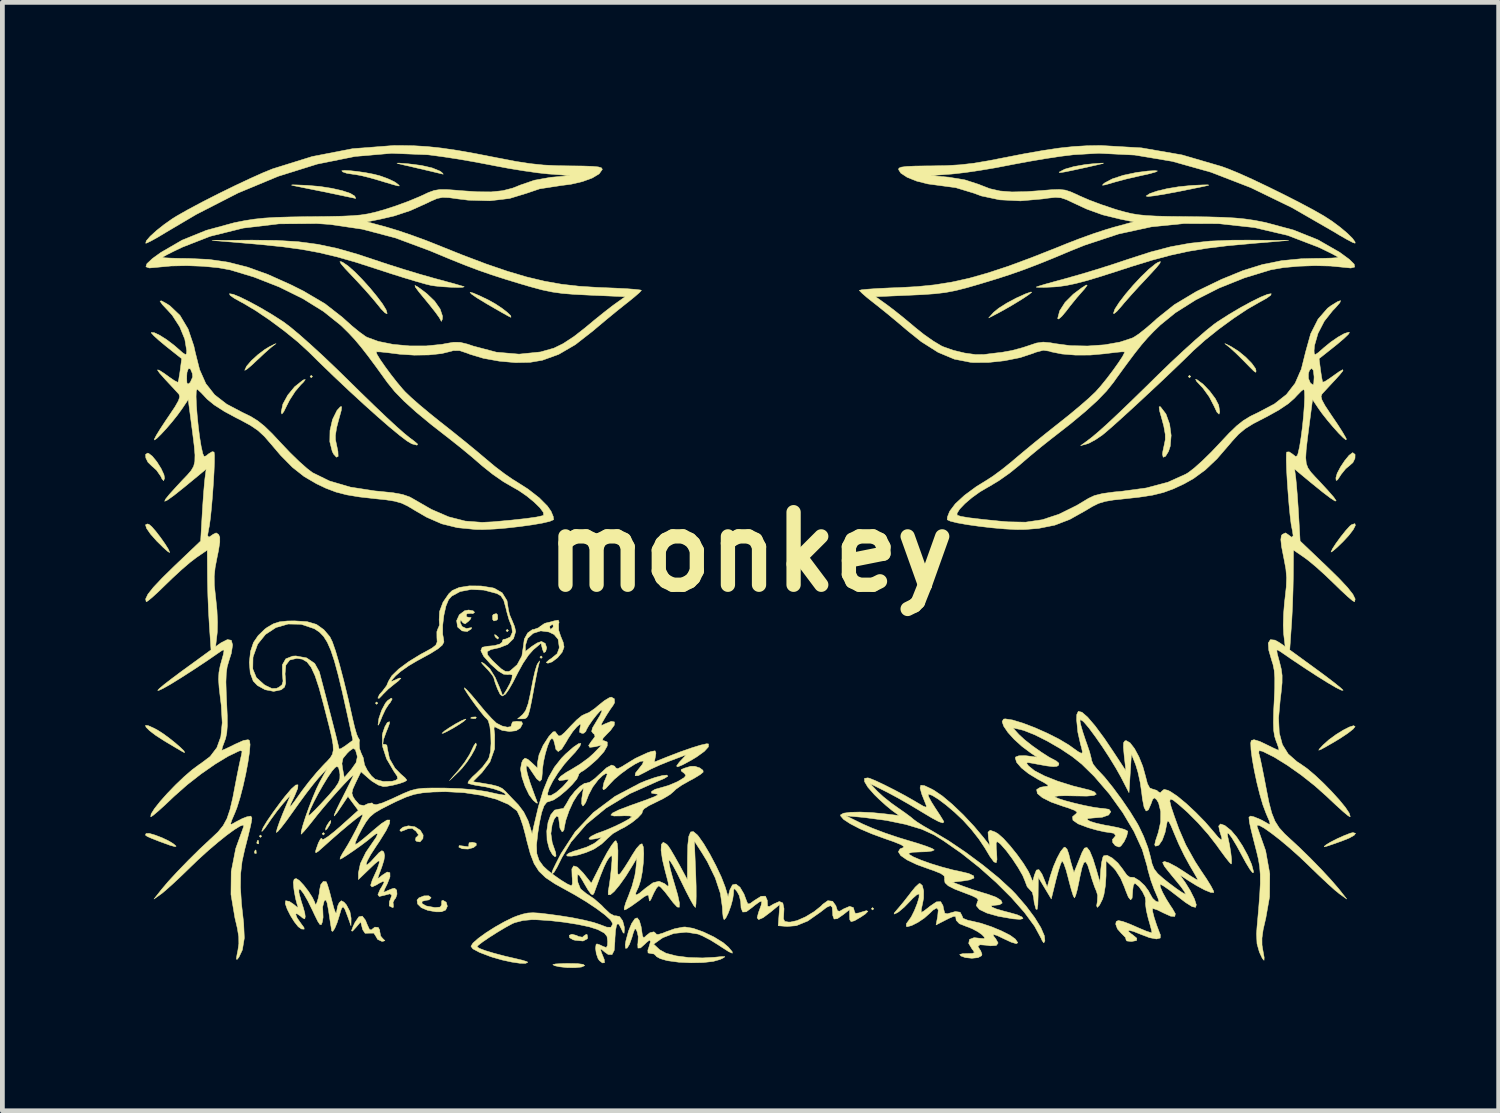
<source format=kicad_pcb>
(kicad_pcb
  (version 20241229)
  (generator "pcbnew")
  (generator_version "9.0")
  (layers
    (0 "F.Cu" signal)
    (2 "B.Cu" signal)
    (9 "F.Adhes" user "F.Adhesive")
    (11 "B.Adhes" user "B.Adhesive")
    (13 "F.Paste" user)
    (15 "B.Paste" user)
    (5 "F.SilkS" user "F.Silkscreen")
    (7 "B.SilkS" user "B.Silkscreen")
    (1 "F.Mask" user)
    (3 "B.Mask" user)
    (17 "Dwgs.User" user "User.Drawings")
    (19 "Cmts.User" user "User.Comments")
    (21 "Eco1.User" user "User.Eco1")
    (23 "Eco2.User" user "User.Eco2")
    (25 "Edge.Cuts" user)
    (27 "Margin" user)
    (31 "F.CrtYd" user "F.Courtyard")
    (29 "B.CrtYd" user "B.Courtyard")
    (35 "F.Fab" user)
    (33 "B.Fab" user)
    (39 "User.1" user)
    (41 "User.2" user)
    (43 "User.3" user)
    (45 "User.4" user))
  (footprint "monkey"
    (layer "F.Cu")
    (at 12.706 8.539)
    (property "Reference" "monkey" (at 0 0 0) (layer "F.SilkS") (effects (font (size 1.524 1.524) (thickness 0.3))))
    (attr through_hole)
    (fp_poly (pts (xy -5.2 3.022) (xy -5.2 3.02) (xy -5.198 3.019) (xy -5.2 3.022)) (stroke (width 0.01) (type solid)) (fill yes) (layer "F.SilkS"))
    (fp_poly (pts (xy -10.262 5.969) (xy -10.287 5.994) (xy -10.312 5.969) (xy -10.287 5.944) (xy -10.262 5.969)) (stroke (width 0.01) (type solid)) (fill yes) (layer "F.SilkS"))
    (fp_poly (pts (xy -9.195 -3.683) (xy -9.22 -3.658) (xy -9.246 -3.683) (xy -9.22 -3.708) (xy -9.195 -3.683)) (stroke (width 0.01) (type solid)) (fill yes) (layer "F.SilkS"))
    (fp_poly (pts (xy -8.941 5.918) (xy -8.966 5.944) (xy -8.992 5.918) (xy -8.966 5.893) (xy -8.941 5.918)) (stroke (width 0.01) (type solid)) (fill yes) (layer "F.SilkS"))
    (fp_poly (pts (xy -7.823 3.175) (xy -7.849 3.2) (xy -7.874 3.175) (xy -7.849 3.15) (xy -7.823 3.175)) (stroke (width 0.01) (type solid)) (fill yes) (layer "F.SilkS"))
    (fp_poly (pts (xy -5.08 1.651) (xy -5.105 1.676) (xy -5.131 1.651) (xy -5.105 1.626) (xy -5.08 1.651)) (stroke (width 0.01) (type solid)) (fill yes) (layer "F.SilkS"))
    (fp_poly (pts (xy -4.369 2.21) (xy -4.394 2.235) (xy -4.42 2.21) (xy -4.394 2.184) (xy -4.369 2.21)) (stroke (width 0.01) (type solid)) (fill yes) (layer "F.SilkS"))
    (fp_poly (pts (xy 2.591 7.493) (xy 2.565 7.518) (xy 2.54 7.493) (xy 2.565 7.468) (xy 2.591 7.493)) (stroke (width 0.01) (type solid)) (fill yes) (layer "F.SilkS"))
    (fp_poly (pts (xy 9.246 -3.683) (xy 9.22 -3.658) (xy 9.195 -3.683) (xy 9.22 -3.708) (xy 9.246 -3.683)) (stroke (width 0.01) (type solid)) (fill yes) (layer "F.SilkS"))
    (fp_poly (pts (xy -10.38 6.265) (xy -10.374 6.326) (xy -10.38 6.333) (xy -10.41 6.326) (xy -10.414 6.299) (xy -10.395 6.257) (xy -10.38 6.265)) (stroke (width 0.01) (type solid)) (fill yes) (layer "F.SilkS"))
    (fp_poly (pts (xy -10.329 6.062) (xy -10.323 6.122) (xy -10.329 6.13) (xy -10.36 6.123) (xy -10.363 6.096) (xy -10.345 6.054) (xy -10.329 6.062)) (stroke (width 0.01) (type solid)) (fill yes) (layer "F.SilkS"))
    (fp_poly (pts (xy -5.754 3.475) (xy -5.769 3.498) (xy -5.821 3.501) (xy -5.875 3.489) (xy -5.852 3.47) (xy -5.772 3.464) (xy -5.754 3.475)) (stroke (width 0.01) (type solid)) (fill yes) (layer "F.SilkS"))
    (fp_poly (pts (xy -5.342 1.748) (xy -5.287 1.799) (xy -5.299 1.828) (xy -5.306 1.829) (xy -5.349 1.793) (xy -5.364 1.77) (xy -5.37 1.735) (xy -5.342 1.748)) (stroke (width 0.01) (type solid)) (fill yes) (layer "F.SilkS"))
    (fp_poly (pts (xy -8.811 5.676) (xy -8.839 5.74) (xy -8.892 5.82) (xy -8.919 5.842) (xy -8.919 5.805) (xy -8.89 5.74) (xy -8.838 5.661) (xy -8.81 5.639) (xy -8.811 5.676)) (stroke (width 0.01) (type solid)) (fill yes) (layer "F.SilkS"))
    (fp_poly (pts (xy -5.309 1.321) (xy -5.305 1.405) (xy -5.323 1.431) (xy -5.385 1.449) (xy -5.41 1.422) (xy -5.414 1.338) (xy -5.396 1.312) (xy -5.334 1.294) (xy -5.309 1.321)) (stroke (width 0.01) (type solid)) (fill yes) (layer "F.SilkS"))
    (fp_poly (pts (xy -5.973 3.512) (xy -6.004 3.545) (xy -6.101 3.613) (xy -6.229 3.692) (xy -6.365 3.767) (xy -6.453 3.808) (xy -6.475 3.807) (xy -6.419 3.757) (xy -6.312 3.685) (xy -6.185 3.608) (xy -6.066 3.544) (xy -5.987 3.511) (xy -5.973 3.512)) (stroke (width 0.01) (type solid)) (fill yes) (layer "F.SilkS"))
    (fp_poly (pts (xy -3.634 8.644) (xy -3.51 8.66) (xy -3.48 8.686) (xy -3.48 8.687) (xy -3.547 8.716) (xy -3.681 8.73) (xy -3.848 8.728) (xy -4.013 8.71) (xy -4.115 8.687) (xy -4.148 8.665) (xy -4.089 8.651) (xy -3.933 8.643) (xy -3.845 8.641) (xy -3.634 8.644)) (stroke (width 0.01) (type solid)) (fill yes) (layer "F.SilkS"))
    (fp_poly (pts (xy -7.521 3.088) (xy -7.562 3.162) (xy -7.594 3.2) (xy -7.66 3.301) (xy -7.729 3.447) (xy -7.743 3.483) (xy -7.788 3.593) (xy -7.815 3.638) (xy -7.819 3.632) (xy -7.8 3.493) (xy -7.742 3.324) (xy -7.665 3.178) (xy -7.62 3.124) (xy -7.542 3.07) (xy -7.521 3.088)) (stroke (width 0.01) (type solid)) (fill yes) (layer "F.SilkS"))
    (fp_poly (pts (xy -5.751 4.05) (xy -5.787 4.143) (xy -5.858 4.271) (xy -5.951 4.411) (xy -6.053 4.54) (xy -6.107 4.597) (xy -6.318 4.801) (xy -6.126 4.579) (xy -6.003 4.422) (xy -5.901 4.262) (xy -5.862 4.185) (xy -5.809 4.073) (xy -5.769 4.015) (xy -5.764 4.013) (xy -5.751 4.05)) (stroke (width 0.01) (type solid)) (fill yes) (layer "F.SilkS"))
    (fp_poly (pts (xy -3.65 8.053) (xy -3.608 8.075) (xy -3.525 8.09) (xy -3.497 8.063) (xy -3.445 8.029) (xy -3.427 8.037) (xy -3.417 8.104) (xy -3.427 8.125) (xy -3.514 8.17) (xy -3.681 8.154) (xy -3.721 8.144) (xy -3.795 8.101) (xy -3.804 8.05) (xy -3.747 8.027) (xy -3.65 8.053)) (stroke (width 0.01) (type solid)) (fill yes) (layer "F.SilkS"))
    (fp_poly (pts (xy 5.906 -5.451) (xy 5.847 -5.404) (xy 5.735 -5.328) (xy 5.585 -5.235) (xy 5.415 -5.134) (xy 5.243 -5.038) (xy 5.156 -4.992) (xy 5.004 -4.914) (xy 5.105 -5.028) (xy 5.214 -5.117) (xy 5.383 -5.224) (xy 5.582 -5.33) (xy 5.776 -5.418) (xy 5.893 -5.459) (xy 5.906 -5.451)) (stroke (width 0.01) (type solid)) (fill yes) (layer "F.SilkS"))
    (fp_poly (pts (xy -12.636 -2.07) (xy -12.557 -2.009) (xy -12.461 -1.891) (xy -12.373 -1.75) (xy -12.313 -1.62) (xy -12.301 -1.546) (xy -12.321 -1.496) (xy -12.353 -1.531) (xy -12.38 -1.588) (xy -12.47 -1.717) (xy -12.571 -1.807) (xy -12.649 -1.883) (xy -12.694 -1.973) (xy -12.699 -2.047) (xy -12.657 -2.075) (xy -12.636 -2.07)) (stroke (width 0.01) (type solid)) (fill yes) (layer "F.SilkS"))
    (fp_poly (pts (xy -12.501 5.945) (xy -12.352 6.002) (xy -12.207 6.072) (xy -12.122 6.124) (xy -12.058 6.178) (xy -12.079 6.189) (xy -12.188 6.159) (xy -12.386 6.087) (xy -12.395 6.084) (xy -12.568 6.016) (xy -12.664 5.974) (xy -12.701 5.947) (xy -12.696 5.924) (xy -12.685 5.912) (xy -12.622 5.91) (xy -12.501 5.945)) (stroke (width 0.01) (type solid)) (fill yes) (layer "F.SilkS"))
    (fp_poly (pts (xy -9.385 -3.565) (xy -9.439 -3.511) (xy -9.558 -3.371) (xy -9.676 -3.188) (xy -9.728 -3.086) (xy -9.797 -2.946) (xy -9.837 -2.896) (xy -9.852 -2.932) (xy -9.852 -2.937) (xy -9.816 -3.105) (xy -9.714 -3.292) (xy -9.569 -3.468) (xy -9.403 -3.6) (xy -9.373 -3.617) (xy -9.345 -3.618) (xy -9.385 -3.565)) (stroke (width 0.01) (type solid)) (fill yes) (layer "F.SilkS"))
    (fp_poly (pts (xy 7.072 -5.598) (xy 7.017 -5.524) (xy 6.979 -5.481) (xy 6.855 -5.339) (xy 6.713 -5.164) (xy 6.636 -5.063) (xy 6.539 -4.947) (xy 6.473 -4.89) (xy 6.452 -4.901) (xy 6.494 -5.062) (xy 6.608 -5.24) (xy 6.775 -5.407) (xy 6.793 -5.422) (xy 6.959 -5.546) (xy 7.053 -5.605) (xy 7.072 -5.598)) (stroke (width 0.01) (type solid)) (fill yes) (layer "F.SilkS"))
    (fp_poly (pts (xy 7.398 -8.155) (xy 7.299 -8.131) (xy 7.264 -8.123) (xy 6.956 -8.054) (xy 6.734 -8.006) (xy 6.589 -7.977) (xy 6.509 -7.965) (xy 6.483 -7.969) (xy 6.488 -7.977) (xy 6.602 -8.037) (xy 6.791 -8.091) (xy 7.027 -8.133) (xy 7.176 -8.149) (xy 7.343 -8.162) (xy 7.415 -8.164) (xy 7.398 -8.155)) (stroke (width 0.01) (type solid)) (fill yes) (layer "F.SilkS"))
    (fp_poly (pts (xy 9.378 -3.616) (xy 9.506 -3.521) (xy 9.643 -3.378) (xy 9.761 -3.221) (xy 9.831 -3.086) (xy 9.834 -3.075) (xy 9.856 -2.939) (xy 9.84 -2.893) (xy 9.795 -2.937) (xy 9.733 -3.068) (xy 9.636 -3.255) (xy 9.504 -3.438) (xy 9.456 -3.489) (xy 9.369 -3.583) (xy 9.348 -3.624) (xy 9.378 -3.616)) (stroke (width 0.01) (type solid)) (fill yes) (layer "F.SilkS"))
    (fp_poly (pts (xy 12.703 -0.556) (xy 12.658 -0.468) (xy 12.564 -0.345) (xy 12.446 -0.218) (xy 12.322 -0.098) (xy 12.232 -0.02) (xy 12.192 0.003) (xy 12.192 0.002) (xy 12.222 -0.065) (xy 12.297 -0.181) (xy 12.397 -0.318) (xy 12.5 -0.447) (xy 12.586 -0.542) (xy 12.622 -0.571) (xy 12.693 -0.594) (xy 12.703 -0.556)) (stroke (width 0.01) (type solid)) (fill yes) (layer "F.SilkS"))
    (fp_poly (pts (xy 12.707 5.909) (xy 12.677 5.95) (xy 12.576 6.007) (xy 12.433 6.065) (xy 12.23 6.137) (xy 12.107 6.178) (xy 12.052 6.192) (xy 12.05 6.182) (xy 12.086 6.152) (xy 12.09 6.149) (xy 12.184 6.092) (xy 12.323 6.021) (xy 12.473 5.954) (xy 12.597 5.906) (xy 12.653 5.893) (xy 12.707 5.909)) (stroke (width 0.01) (type solid)) (fill yes) (layer "F.SilkS"))
    (fp_poly (pts (xy -12.627 -0.578) (xy -12.57 -0.53) (xy -12.483 -0.43) (xy -12.384 -0.301) (xy -12.291 -0.169) (xy -12.222 -0.059) (xy -12.194 0.006) (xy -12.196 0.013) (xy -12.239 -0.014) (xy -12.332 -0.097) (xy -12.455 -0.219) (xy -12.459 -0.222) (xy -12.595 -0.375) (xy -12.678 -0.495) (xy -12.701 -0.569) (xy -12.66 -0.588) (xy -12.627 -0.578)) (stroke (width 0.01) (type solid)) (fill yes) (layer "F.SilkS"))
    (fp_poly (pts (xy -9.982 -4.358) (xy -10.069 -4.291) (xy -10.199 -4.176) (xy -10.346 -4.038) (xy -10.351 -4.034) (xy -10.478 -3.915) (xy -10.573 -3.836) (xy -10.616 -3.813) (xy -10.617 -3.816) (xy -10.579 -3.898) (xy -10.48 -4.014) (xy -10.343 -4.139) (xy -10.194 -4.252) (xy -10.102 -4.307) (xy -9.997 -4.36) (xy -9.96 -4.374) (xy -9.982 -4.358)) (stroke (width 0.01) (type solid)) (fill yes) (layer "F.SilkS"))
    (fp_poly (pts (xy -6.982 -5.563) (xy -6.851 -5.467) (xy -6.793 -5.422) (xy -6.63 -5.266) (xy -6.515 -5.101) (xy -6.464 -4.95) (xy -6.468 -4.886) (xy -6.489 -4.84) (xy -6.497 -4.856) (xy -6.53 -4.917) (xy -6.615 -5.035) (xy -6.737 -5.189) (xy -6.813 -5.282) (xy -6.958 -5.458) (xy -7.035 -5.562) (xy -7.043 -5.596) (xy -6.982 -5.563)) (stroke (width 0.01) (type solid)) (fill yes) (layer "F.SilkS"))
    (fp_poly (pts (xy -5.823 -5.437) (xy -5.674 -5.373) (xy -5.486 -5.282) (xy -5.35 -5.205) (xy -5.216 -5.116) (xy -5.104 -5.029) (xy -5.034 -4.962) (xy -5.026 -4.929) (xy -5.034 -4.928) (xy -5.083 -4.952) (xy -5.202 -5.018) (xy -5.37 -5.114) (xy -5.537 -5.211) (xy -5.744 -5.337) (xy -5.859 -5.417) (xy -5.886 -5.451) (xy -5.823 -5.437)) (stroke (width 0.01) (type solid)) (fill yes) (layer "F.SilkS"))
    (fp_poly (pts (xy -5.759 6.115) (xy -5.755 6.16) (xy -5.814 6.208) (xy -5.925 6.238) (xy -5.93 6.239) (xy -6.05 6.233) (xy -6.121 6.199) (xy -6.121 6.198) (xy -6.114 6.165) (xy -6.019 6.177) (xy -6.016 6.178) (xy -5.921 6.191) (xy -5.91 6.16) (xy -5.914 6.154) (xy -5.906 6.107) (xy -5.841 6.096) (xy -5.759 6.115)) (stroke (width 0.01) (type solid)) (fill yes) (layer "F.SilkS"))
    (fp_poly (pts (xy 12.697 -2.047) (xy 12.695 -1.966) (xy 12.652 -1.877) (xy 12.596 -1.827) (xy 12.499 -1.746) (xy 12.401 -1.624) (xy 12.393 -1.61) (xy 12.329 -1.513) (xy 12.3 -1.5) (xy 12.294 -1.554) (xy 12.321 -1.65) (xy 12.39 -1.781) (xy 12.48 -1.917) (xy 12.57 -2.027) (xy 12.64 -2.081) (xy 12.65 -2.083) (xy 12.697 -2.047)) (stroke (width 0.01) (type solid)) (fill yes) (layer "F.SilkS"))
    (fp_poly (pts (xy 12.698 3.667) (xy 12.655 3.72) (xy 12.543 3.808) (xy 12.382 3.915) (xy 12.28 3.977) (xy 12.09 4.087) (xy 11.978 4.148) (xy 11.934 4.163) (xy 11.949 4.136) (xy 12.012 4.068) (xy 12.026 4.053) (xy 12.148 3.944) (xy 12.294 3.837) (xy 12.444 3.744) (xy 12.575 3.677) (xy 12.666 3.648) (xy 12.698 3.667)) (stroke (width 0.01) (type solid)) (fill yes) (layer "F.SilkS"))
    (fp_poly (pts (xy -7.226 -8.153) (xy -7.176 -8.149) (xy -6.908 -8.115) (xy -6.682 -8.063) (xy -6.522 -7.998) (xy -6.48 -7.969) (xy -6.449 -7.933) (xy -6.454 -7.932) (xy -6.512 -7.946) (xy -6.638 -7.976) (xy -6.756 -8.004) (xy -6.966 -8.053) (xy -7.178 -8.103) (xy -7.264 -8.122) (xy -7.382 -8.15) (xy -7.42 -8.163) (xy -7.37 -8.164) (xy -7.226 -8.153)) (stroke (width 0.01) (type solid)) (fill yes) (layer "F.SilkS"))
    (fp_poly (pts (xy -5.597 2.34) (xy -5.472 2.452) (xy -5.359 2.634) (xy -5.268 2.844) (xy -5.2 3.02) (xy -5.208 3.025) (xy -5.253 2.993) (xy -5.308 2.88) (xy -5.309 2.878) (xy -5.358 2.749) (xy -5.384 2.66) (xy -5.385 2.649) (xy -5.418 2.588) (xy -5.501 2.487) (xy -5.55 2.435) (xy -5.635 2.343) (xy -5.645 2.315) (xy -5.597 2.34)) (stroke (width 0.01) (type solid)) (fill yes) (layer "F.SilkS"))
    (fp_poly (pts (xy 8.548 -7.999) (xy 8.502 -7.975) (xy 8.358 -7.936) (xy 8.118 -7.883) (xy 8.103 -7.879) (xy 7.89 -7.83) (xy 7.662 -7.769) (xy 7.595 -7.749) (xy 7.452 -7.708) (xy 7.394 -7.699) (xy 7.405 -7.72) (xy 7.441 -7.749) (xy 7.6 -7.833) (xy 7.831 -7.909) (xy 8.105 -7.967) (xy 8.345 -7.998) (xy 8.496 -8.006) (xy 8.548 -7.999)) (stroke (width 0.01) (type solid)) (fill yes) (layer "F.SilkS"))
    (fp_poly (pts (xy 9.626 -7.702) (xy 9.568 -7.686) (xy 9.474 -7.666) (xy 9.046 -7.579) (xy 8.716 -7.516) (xy 8.482 -7.478) (xy 8.347 -7.463) (xy 8.309 -7.473) (xy 8.309 -7.473) (xy 8.387 -7.525) (xy 8.542 -7.578) (xy 8.752 -7.628) (xy 8.993 -7.668) (xy 9.241 -7.693) (xy 9.296 -7.697) (xy 9.498 -7.706) (xy 9.605 -7.708) (xy 9.626 -7.702)) (stroke (width 0.01) (type solid)) (fill yes) (layer "F.SilkS"))
    (fp_poly (pts (xy 10.021 -4.349) (xy 10.102 -4.307) (xy 10.253 -4.211) (xy 10.402 -4.088) (xy 10.527 -3.961) (xy 10.604 -3.853) (xy 10.617 -3.808) (xy 10.616 -3.779) (xy 10.604 -3.773) (xy 10.566 -3.803) (xy 10.487 -3.881) (xy 10.353 -4.018) (xy 10.338 -4.033) (xy 10.196 -4.173) (xy 10.068 -4.29) (xy 9.982 -4.358) (xy 9.963 -4.375) (xy 10.021 -4.349)) (stroke (width 0.01) (type solid)) (fill yes) (layer "F.SilkS"))
    (fp_poly (pts (xy -12.645 3.647) (xy -12.517 3.704) (xy -12.444 3.744) (xy -12.334 3.814) (xy -12.204 3.909) (xy -12.076 4.011) (xy -11.966 4.107) (xy -11.894 4.178) (xy -11.879 4.211) (xy -11.89 4.211) (xy -11.941 4.184) (xy -12.057 4.116) (xy -12.219 4.02) (xy -12.304 3.969) (xy -12.486 3.852) (xy -12.616 3.753) (xy -12.689 3.68) (xy -12.701 3.642) (xy -12.645 3.647)) (stroke (width 0.01) (type solid)) (fill yes) (layer "F.SilkS"))
    (fp_poly (pts (xy -8.591 -2.969) (xy -8.637 -2.802) (xy -8.64 -2.792) (xy -8.688 -2.609) (xy -8.713 -2.447) (xy -8.712 -2.358) (xy -8.68 -2.205) (xy -8.66 -2.108) (xy -8.656 -2.006) (xy -8.692 -1.989) (xy -8.751 -2.054) (xy -8.78 -2.111) (xy -8.831 -2.314) (xy -8.827 -2.55) (xy -8.774 -2.781) (xy -8.68 -2.971) (xy -8.61 -3.048) (xy -8.582 -3.049) (xy -8.591 -2.969)) (stroke (width 0.01) (type solid)) (fill yes) (layer "F.SilkS"))
    (fp_poly (pts (xy 8.61 -3.048) (xy 8.726 -2.896) (xy 8.803 -2.684) (xy 8.835 -2.446) (xy 8.816 -2.22) (xy 8.78 -2.111) (xy 8.717 -2.008) (xy 8.668 -1.988) (xy 8.653 -2.052) (xy 8.66 -2.108) (xy 8.693 -2.263) (xy 8.712 -2.358) (xy 8.711 -2.471) (xy 8.681 -2.639) (xy 8.64 -2.792) (xy 8.592 -2.963) (xy 8.582 -3.047) (xy 8.608 -3.05) (xy 8.61 -3.048)) (stroke (width 0.01) (type solid)) (fill yes) (layer "F.SilkS"))
    (fp_poly (pts (xy -7.044 5.771) (xy -6.931 5.844) (xy -6.871 5.944) (xy -6.876 6.018) (xy -6.937 6.089) (xy -7.011 6.076) (xy -7.033 6.05) (xy -7.022 5.994) (xy -6.998 5.979) (xy -6.968 5.941) (xy -7.019 5.867) (xy -7.021 5.864) (xy -7.101 5.804) (xy -7.192 5.813) (xy -7.242 5.834) (xy -7.334 5.869) (xy -7.359 5.851) (xy -7.354 5.83) (xy -7.293 5.78) (xy -7.182 5.751) (xy -7.044 5.771)) (stroke (width 0.01) (type solid)) (fill yes) (layer "F.SilkS"))
    (fp_poly (pts (xy 8.598 -6.06) (xy 8.52 -5.964) (xy 8.373 -5.804) (xy 8.331 -5.759) (xy 8.154 -5.57) (xy 7.985 -5.384) (xy 7.847 -5.227) (xy 7.788 -5.156) (xy 7.697 -5.053) (xy 7.637 -5.004) (xy 7.623 -5.009) (xy 7.654 -5.099) (xy 7.745 -5.24) (xy 7.877 -5.412) (xy 8.035 -5.597) (xy 8.203 -5.777) (xy 8.364 -5.933) (xy 8.503 -6.046) (xy 8.56 -6.081) (xy 8.61 -6.097) (xy 8.598 -6.06)) (stroke (width 0.01) (type solid)) (fill yes) (layer "F.SilkS"))
    (fp_poly (pts (xy -9.501 -7.705) (xy -9.296 -7.696) (xy -9.039 -7.674) (xy -8.789 -7.635) (xy -8.569 -7.585) (xy -8.401 -7.529) (xy -8.31 -7.473) (xy -8.305 -7.466) (xy -8.287 -7.423) (xy -8.29 -7.422) (xy -8.343 -7.434) (xy -8.473 -7.461) (xy -8.654 -7.499) (xy -8.738 -7.517) (xy -8.979 -7.567) (xy -9.223 -7.616) (xy -9.423 -7.656) (xy -9.449 -7.662) (xy -9.579 -7.688) (xy -9.636 -7.703) (xy -9.612 -7.708) (xy -9.501 -7.705)) (stroke (width 0.01) (type solid)) (fill yes) (layer "F.SilkS"))
    (fp_poly (pts (xy -8.584 -6.092) (xy -8.555 -6.078) (xy -8.444 -6.002) (xy -8.303 -5.877) (xy -8.147 -5.718) (xy -7.989 -5.543) (xy -7.844 -5.367) (xy -7.725 -5.209) (xy -7.649 -5.084) (xy -7.627 -5.009) (xy -7.632 -5.001) (xy -7.674 -5.022) (xy -7.756 -5.106) (xy -7.825 -5.192) (xy -7.936 -5.326) (xy -8.092 -5.504) (xy -8.267 -5.694) (xy -8.352 -5.784) (xy -8.508 -5.949) (xy -8.595 -6.05) (xy -8.619 -6.096) (xy -8.584 -6.092)) (stroke (width 0.01) (type solid)) (fill yes) (layer "F.SilkS"))
    (fp_poly (pts (xy -8.405 -8.005) (xy -8.25 -7.988) (xy -8.079 -7.963) (xy -7.912 -7.931) (xy -7.785 -7.899) (xy -7.62 -7.84) (xy -7.482 -7.776) (xy -7.441 -7.75) (xy -7.386 -7.707) (xy -7.37 -7.685) (xy -7.405 -7.687) (xy -7.506 -7.714) (xy -7.684 -7.767) (xy -7.795 -7.801) (xy -8 -7.86) (xy -8.183 -7.904) (xy -8.31 -7.927) (xy -8.328 -7.928) (xy -8.473 -7.95) (xy -8.56 -7.98) (xy -8.58 -8.003) (xy -8.522 -8.011) (xy -8.405 -8.005)) (stroke (width 0.01) (type solid)) (fill yes) (layer "F.SilkS"))
    (fp_poly (pts (xy -4.429 2.313) (xy -4.439 2.349) (xy -4.461 2.438) (xy -4.494 2.597) (xy -4.533 2.799) (xy -4.548 2.883) (xy -4.596 3.141) (xy -4.633 3.316) (xy -4.664 3.424) (xy -4.697 3.48) (xy -4.737 3.502) (xy -4.784 3.505) (xy -4.888 3.505) (xy -4.783 3.416) (xy -4.719 3.331) (xy -4.665 3.183) (xy -4.615 2.956) (xy -4.602 2.883) (xy -4.561 2.672) (xy -4.519 2.492) (xy -4.481 2.373) (xy -4.469 2.35) (xy -4.427 2.288) (xy -4.429 2.313)) (stroke (width 0.01) (type solid)) (fill yes) (layer "F.SilkS"))
    (fp_poly (pts (xy -1.733 4.709) (xy -1.809 4.757) (xy -1.956 4.819) (xy -2.534 5.077) (xy -3.031 5.378) (xy -3.443 5.717) (xy -3.765 6.09) (xy -3.959 6.419) (xy -4.059 6.621) (xy -4.125 6.732) (xy -4.159 6.756) (xy -4.166 6.726) (xy -4.144 6.669) (xy -4.085 6.547) (xy -4.001 6.382) (xy -3.976 6.334) (xy -3.678 5.876) (xy -3.299 5.474) (xy -2.842 5.132) (xy -2.315 4.854) (xy -2.182 4.799) (xy -2.001 4.736) (xy -1.846 4.695) (xy -1.753 4.686) (xy -1.733 4.709)) (stroke (width 0.01) (type solid)) (fill yes) (layer "F.SilkS"))
    (fp_poly (pts (xy -6.706 7.256) (xy -6.706 7.264) (xy -6.748 7.306) (xy -6.807 7.315) (xy -6.894 7.336) (xy -6.896 7.382) (xy -6.814 7.43) (xy -6.795 7.436) (xy -6.623 7.467) (xy -6.513 7.457) (xy -6.48 7.407) (xy -6.484 7.391) (xy -6.481 7.326) (xy -6.455 7.315) (xy -6.387 7.355) (xy -6.363 7.439) (xy -6.397 7.516) (xy -6.406 7.523) (xy -6.488 7.556) (xy -6.6 7.557) (xy -6.774 7.526) (xy -6.776 7.525) (xy -6.908 7.471) (xy -6.988 7.392) (xy -6.999 7.31) (xy -6.96 7.264) (xy -6.854 7.222) (xy -6.756 7.22) (xy -6.706 7.256)) (stroke (width 0.01) (type solid)) (fill yes) (layer "F.SilkS"))
    (fp_poly (pts (xy -8.082 7.733) (xy -8.047 7.822) (xy -8 7.923) (xy -7.961 7.94) (xy -7.955 7.932) (xy -7.885 7.878) (xy -7.813 7.885) (xy -7.781 7.945) (xy -7.783 7.963) (xy -7.763 8.066) (xy -7.723 8.114) (xy -7.674 8.162) (xy -7.715 8.176) (xy -7.739 8.177) (xy -7.827 8.136) (xy -7.859 8.078) (xy -7.907 8.004) (xy -8 8.005) (xy -8.09 8.007) (xy -8.138 7.936) (xy -8.149 7.9) (xy -8.182 7.766) (xy -8.281 7.883) (xy -8.355 7.963) (xy -8.376 7.956) (xy -8.342 7.864) (xy -8.301 7.778) (xy -8.222 7.662) (xy -8.149 7.647) (xy -8.082 7.733)) (stroke (width 0.01) (type solid)) (fill yes) (layer "F.SilkS"))
    (fp_poly (pts (xy -5.822 1.236) (xy -5.791 1.268) (xy -5.828 1.297) (xy -5.862 1.29) (xy -5.944 1.296) (xy -5.967 1.317) (xy -5.957 1.363) (xy -5.918 1.372) (xy -5.863 1.379) (xy -5.883 1.418) (xy -5.919 1.456) (xy -5.99 1.511) (xy -6.037 1.487) (xy -6.049 1.469) (xy -6.086 1.427) (xy -6.095 1.48) (xy -6.095 1.48) (xy -6.054 1.566) (xy -5.962 1.609) (xy -5.88 1.593) (xy -5.851 1.591) (xy -5.863 1.618) (xy -5.946 1.672) (xy -6.053 1.658) (xy -6.142 1.582) (xy -6.149 1.571) (xy -6.168 1.443) (xy -6.112 1.32) (xy -6.002 1.236) (xy -5.917 1.219) (xy -5.822 1.236)) (stroke (width 0.01) (type solid)) (fill yes) (layer "F.SilkS"))
    (fp_poly (pts (xy 11.303 -6.541) (xy 10.506 -6.474) (xy 10.009 -6.428) (xy 9.583 -6.376) (xy 9.198 -6.312) (xy 8.825 -6.231) (xy 8.431 -6.125) (xy 7.989 -5.989) (xy 7.762 -5.915) (xy 7.379 -5.792) (xy 7.075 -5.7) (xy 6.831 -5.636) (xy 6.63 -5.594) (xy 6.456 -5.57) (xy 6.372 -5.564) (xy 6.191 -5.556) (xy 6.06 -5.555) (xy 6.002 -5.56) (xy 6.002 -5.562) (xy 6.055 -5.581) (xy 6.187 -5.621) (xy 6.378 -5.674) (xy 6.609 -5.737) (xy 6.619 -5.74) (xy 6.902 -5.82) (xy 7.24 -5.921) (xy 7.592 -6.032) (xy 7.916 -6.14) (xy 7.94 -6.148) (xy 8.405 -6.298) (xy 8.825 -6.408) (xy 9.23 -6.482) (xy 9.652 -6.527) (xy 10.123 -6.546) (xy 10.465 -6.547) (xy 11.303 -6.541)) (stroke (width 0.01) (type solid)) (fill yes) (layer "F.SilkS"))
    (fp_poly (pts (xy -9.946 -6.541) (xy -9.496 -6.514) (xy -9.084 -6.459) (xy -8.677 -6.373) (xy -8.244 -6.249) (xy -7.94 -6.148) (xy -7.619 -6.041) (xy -7.268 -5.93) (xy -6.927 -5.827) (xy -6.638 -5.745) (xy -6.619 -5.74) (xy -6.388 -5.677) (xy -6.197 -5.625) (xy -6.064 -5.586) (xy -6.009 -5.569) (xy -6.009 -5.568) (xy -6.039 -5.557) (xy -6.142 -5.554) (xy -6.291 -5.558) (xy -6.457 -5.568) (xy -6.612 -5.583) (xy -6.703 -5.596) (xy -6.823 -5.625) (xy -7.019 -5.681) (xy -7.272 -5.757) (xy -7.561 -5.848) (xy -7.846 -5.941) (xy -8.292 -6.085) (xy -8.686 -6.197) (xy -9.056 -6.285) (xy -9.431 -6.354) (xy -9.84 -6.409) (xy -10.311 -6.457) (xy -10.506 -6.474) (xy -11.303 -6.541) (xy -10.465 -6.547) (xy -9.946 -6.541)) (stroke (width 0.01) (type solid)) (fill yes) (layer "F.SilkS"))
    (fp_poly (pts (xy -10.858 -5.409) (xy -10.712 -5.349) (xy -10.516 -5.252) (xy -10.287 -5.127) (xy -10.043 -4.983) (xy -9.809 -4.833) (xy -9.67 -4.729) (xy -9.475 -4.567) (xy -9.24 -4.359) (xy -8.979 -4.12) (xy -8.709 -3.863) (xy -8.56 -3.718) (xy -8.192 -3.357) (xy -7.888 -3.062) (xy -7.639 -2.825) (xy -7.438 -2.639) (xy -7.278 -2.497) (xy -7.15 -2.393) (xy -7.06 -2.327) (xy -6.986 -2.263) (xy -7.001 -2.242) (xy -7.102 -2.268) (xy -7.112 -2.272) (xy -7.21 -2.33) (xy -7.369 -2.451) (xy -7.581 -2.626) (xy -7.834 -2.846) (xy -8.118 -3.101) (xy -8.425 -3.383) (xy -8.743 -3.683) (xy -9.062 -3.991) (xy -9.268 -4.195) (xy -9.501 -4.409) (xy -9.787 -4.641) (xy -10.094 -4.869) (xy -10.393 -5.071) (xy -10.656 -5.227) (xy -10.691 -5.245) (xy -10.835 -5.325) (xy -10.923 -5.387) (xy -10.938 -5.421) (xy -10.936 -5.422) (xy -10.858 -5.409)) (stroke (width 0.01) (type solid)) (fill yes) (layer "F.SilkS"))
    (fp_poly (pts (xy 10.927 -5.391) (xy 10.843 -5.329) (xy 10.703 -5.251) (xy 10.691 -5.245) (xy 10.437 -5.099) (xy 10.141 -4.902) (xy 9.833 -4.677) (xy 9.543 -4.444) (xy 9.299 -4.226) (xy 9.268 -4.195) (xy 9.086 -4.017) (xy 8.865 -3.805) (xy 8.619 -3.571) (xy 8.361 -3.33) (xy 8.106 -3.093) (xy 7.867 -2.874) (xy 7.659 -2.686) (xy 7.496 -2.543) (xy 7.392 -2.456) (xy 7.391 -2.455) (xy 7.245 -2.356) (xy 7.109 -2.283) (xy 7.061 -2.266) (xy 6.934 -2.232) (xy 7.06 -2.323) (xy 7.174 -2.41) (xy 7.315 -2.529) (xy 7.49 -2.686) (xy 7.707 -2.889) (xy 7.973 -3.144) (xy 8.298 -3.46) (xy 8.56 -3.718) (xy 8.83 -3.979) (xy 9.098 -4.229) (xy 9.349 -4.456) (xy 9.568 -4.646) (xy 9.74 -4.784) (xy 9.809 -4.833) (xy 10.051 -4.988) (xy 10.295 -5.132) (xy 10.523 -5.256) (xy 10.718 -5.352) (xy 10.862 -5.41) (xy 10.936 -5.422) (xy 10.927 -5.391)) (stroke (width 0.01) (type solid)) (fill yes) (layer "F.SilkS"))
    (fp_poly (pts (xy -2.331 7.742) (xy -2.295 7.866) (xy -2.286 7.924) (xy -2.267 8.056) (xy -2.243 8.102) (xy -2.205 8.077) (xy -2.191 8.06) (xy -2.108 7.995) (xy -2.026 7.977) (xy -1.982 8.013) (xy -1.981 8.024) (xy -1.94 8.034) (xy -1.837 8.004) (xy -1.765 7.974) (xy -1.59 7.912) (xy -1.416 7.878) (xy -1.372 7.875) (xy -1.202 7.903) (xy -0.988 7.979) (xy -0.767 8.084) (xy -0.573 8.203) (xy -0.461 8.299) (xy -0.382 8.394) (xy -0.38 8.426) (xy -0.455 8.393) (xy -0.608 8.295) (xy -0.662 8.259) (xy -0.835 8.151) (xy -1.008 8.061) (xy -1.098 8.024) (xy -1.348 7.984) (xy -1.608 8.011) (xy -1.836 8.099) (xy -1.874 8.124) (xy -2.031 8.236) (xy -1.905 8.353) (xy -1.77 8.427) (xy -1.558 8.482) (xy -1.295 8.516) (xy -1.003 8.525) (xy -0.751 8.511) (xy -0.599 8.496) (xy -0.537 8.497) (xy -0.555 8.517) (xy -0.635 8.557) (xy -0.781 8.598) (xy -0.995 8.622) (xy -1.246 8.627) (xy -1.503 8.615) (xy -1.733 8.584) (xy -1.765 8.577) (xy -1.896 8.538) (xy -1.973 8.495) (xy -1.981 8.481) (xy -2.024 8.442) (xy -2.082 8.433) (xy -2.149 8.42) (xy -2.153 8.363) (xy -2.131 8.299) (xy -2.097 8.181) (xy -2.116 8.149) (xy -2.186 8.204) (xy -2.21 8.229) (xy -2.307 8.315) (xy -2.361 8.318) (xy -2.365 8.237) (xy -2.361 8.216) (xy -2.355 8.075) (xy -2.376 7.979) (xy -2.405 7.916) (xy -2.43 7.922) (xy -2.462 8.008) (xy -2.487 8.095) (xy -2.539 8.239) (xy -2.588 8.318) (xy -2.621 8.323) (xy -2.628 8.249) (xy -2.614 8.166) (xy -2.559 7.962) (xy -2.493 7.801) (xy -2.426 7.703) (xy -2.376 7.683) (xy -2.331 7.742)) (stroke (width 0.01) (type solid)) (fill yes) (layer "F.SilkS"))
    (fp_poly (pts (xy -1.063 4.535) (xy -0.996 4.585) (xy -0.991 4.623) (xy -1.051 4.673) (xy -1.173 4.748) (xy -1.286 4.809) (xy -1.442 4.897) (xy -1.563 4.982) (xy -1.61 5.028) (xy -1.686 5.093) (xy -1.825 5.177) (xy -1.979 5.253) (xy -2.131 5.328) (xy -2.232 5.393) (xy -2.262 5.434) (xy -2.261 5.434) (xy -2.279 5.492) (xy -2.362 5.581) (xy -2.488 5.682) (xy -2.632 5.775) (xy -2.739 5.829) (xy -2.887 5.914) (xy -3.006 6.02) (xy -3.011 6.026) (xy -3.122 6.131) (xy -3.27 6.231) (xy -3.296 6.246) (xy -3.452 6.312) (xy -3.613 6.362) (xy -3.752 6.388) (xy -3.842 6.386) (xy -3.861 6.365) (xy -3.816 6.327) (xy -3.701 6.281) (xy -3.607 6.253) (xy -3.434 6.196) (xy -3.286 6.124) (xy -3.238 6.09) (xy -3.124 5.993) (xy -3.271 6.026) (xy -3.371 6.038) (xy -3.391 6.014) (xy -3.341 5.969) (xy -3.232 5.915) (xy -3.162 5.89) (xy -3.013 5.834) (xy -2.845 5.761) (xy -2.686 5.684) (xy -2.559 5.614) (xy -2.493 5.566) (xy -2.489 5.558) (xy -2.534 5.543) (xy -2.648 5.54) (xy -2.705 5.543) (xy -2.866 5.545) (xy -2.93 5.525) (xy -2.896 5.483) (xy -2.765 5.418) (xy -2.535 5.33) (xy -2.468 5.306) (xy -2.212 5.215) (xy -2.044 5.151) (xy -1.955 5.11) (xy -1.939 5.088) (xy -1.986 5.08) (xy -1.998 5.08) (xy -2.077 5.064) (xy -2.074 5.028) (xy -2.002 4.985) (xy -1.892 4.954) (xy -1.72 4.904) (xy -1.538 4.827) (xy -1.508 4.811) (xy -1.392 4.74) (xy -1.355 4.694) (xy -1.384 4.652) (xy -1.402 4.638) (xy -1.453 4.598) (xy -1.453 4.57) (xy -1.385 4.541) (xy -1.257 4.502) (xy -1.163 4.502) (xy -1.063 4.535)) (stroke (width 0.01) (type solid)) (fill yes) (layer "F.SilkS"))
    (fp_poly (pts (xy -9.473 6.897) (xy -9.38 6.996) (xy -9.28 7.126) (xy -9.195 7.258) (xy -9.145 7.363) (xy -9.14 7.387) (xy -9.127 7.41) (xy -9.101 7.361) (xy -9.073 7.27) (xy -9.052 7.165) (xy -9.046 7.102) (xy -9.022 6.987) (xy -8.969 6.919) (xy -8.908 6.924) (xy -8.905 6.927) (xy -8.88 6.988) (xy -8.84 7.12) (xy -8.794 7.298) (xy -8.787 7.326) (xy -8.745 7.483) (xy -8.712 7.574) (xy -8.693 7.584) (xy -8.691 7.569) (xy -8.667 7.439) (xy -8.634 7.366) (xy -8.589 7.324) (xy -8.533 7.354) (xy -8.483 7.41) (xy -8.409 7.55) (xy -8.384 7.689) (xy -8.386 7.849) (xy -8.456 7.654) (xy -8.513 7.504) (xy -8.553 7.449) (xy -8.586 7.488) (xy -8.626 7.619) (xy -8.629 7.631) (xy -8.677 7.785) (xy -8.727 7.904) (xy -8.769 7.968) (xy -8.793 7.956) (xy -8.793 7.95) (xy -8.808 7.851) (xy -8.809 7.849) (xy -8.821 7.773) (xy -8.842 7.633) (xy -8.859 7.523) (xy -8.887 7.37) (xy -8.913 7.308) (xy -8.943 7.322) (xy -8.951 7.336) (xy -8.982 7.457) (xy -8.977 7.535) (xy -8.972 7.672) (xy -8.988 7.772) (xy -9.009 7.826) (xy -9.037 7.825) (xy -9.082 7.759) (xy -9.153 7.615) (xy -9.192 7.531) (xy -9.293 7.326) (xy -9.379 7.177) (xy -9.443 7.092) (xy -9.479 7.079) (xy -9.48 7.147) (xy -9.47 7.192) (xy -9.428 7.345) (xy -9.391 7.458) (xy -9.356 7.584) (xy -9.347 7.657) (xy -9.357 7.706) (xy -9.403 7.685) (xy -9.449 7.645) (xy -9.525 7.593) (xy -9.547 7.611) (xy -9.516 7.687) (xy -9.441 7.796) (xy -9.373 7.888) (xy -9.369 7.921) (xy -9.424 7.917) (xy -9.426 7.917) (xy -9.493 7.87) (xy -9.575 7.767) (xy -9.658 7.634) (xy -9.726 7.499) (xy -9.765 7.388) (xy -9.76 7.327) (xy -9.754 7.324) (xy -9.678 7.34) (xy -9.59 7.399) (xy -9.515 7.461) (xy -9.499 7.455) (xy -9.519 7.394) (xy -9.549 7.281) (xy -9.578 7.123) (xy -9.585 7.076) (xy -9.597 6.936) (xy -9.579 6.872) (xy -9.537 6.858) (xy -9.473 6.897)) (stroke (width 0.01) (type solid)) (fill yes) (layer "F.SilkS"))
    (fp_poly (pts (xy -0.879 4.032) (xy -0.881 4.093) (xy -0.966 4.187) (xy -1.125 4.302) (xy -1.242 4.373) (xy -1.426 4.472) (xy -1.528 4.513) (xy -1.55 4.495) (xy -1.495 4.418) (xy -1.469 4.39) (xy -1.346 4.259) (xy -1.697 4.391) (xy -1.9 4.473) (xy -2.089 4.559) (xy -2.22 4.629) (xy -2.354 4.697) (xy -2.42 4.7) (xy -2.412 4.642) (xy -2.337 4.547) (xy -2.265 4.455) (xy -2.244 4.395) (xy -2.246 4.391) (xy -2.307 4.397) (xy -2.42 4.453) (xy -2.565 4.545) (xy -2.718 4.657) (xy -2.856 4.773) (xy -2.946 4.867) (xy -3.041 4.971) (xy -3.088 4.995) (xy -3.099 4.961) (xy -3.075 4.842) (xy -3.044 4.768) (xy -3.005 4.67) (xy -3.028 4.646) (xy -3.103 4.695) (xy -3.196 4.785) (xy -3.311 4.937) (xy -3.399 5.105) (xy -3.413 5.144) (xy -3.46 5.265) (xy -3.508 5.33) (xy -3.519 5.334) (xy -3.543 5.29) (xy -3.54 5.176) (xy -3.535 5.144) (xy -3.503 4.953) (xy -3.632 5.105) (xy -3.721 5.246) (xy -3.808 5.438) (xy -3.877 5.638) (xy -3.911 5.804) (xy -3.912 5.829) (xy -3.939 5.874) (xy -3.962 5.867) (xy -3.999 5.799) (xy -4.013 5.687) (xy -4.029 5.57) (xy -4.068 5.544) (xy -4.119 5.608) (xy -4.163 5.731) (xy -4.189 5.912) (xy -4.161 6.105) (xy -4.089 6.312) (xy -4.081 6.385) (xy -4.103 6.401) (xy -4.154 6.359) (xy -4.213 6.255) (xy -4.222 6.236) (xy -4.269 6.055) (xy -4.275 5.86) (xy -4.248 5.675) (xy -4.192 5.52) (xy -4.112 5.421) (xy -4.016 5.399) (xy -4.013 5.4) (xy -3.925 5.385) (xy -3.864 5.29) (xy -3.79 5.159) (xy -3.686 5.027) (xy -3.575 4.919) (xy -3.48 4.858) (xy -3.44 4.854) (xy -3.372 4.834) (xy -3.264 4.757) (xy -3.176 4.675) (xy -3.021 4.533) (xy -2.913 4.475) (xy -2.848 4.5) (xy -2.833 4.531) (xy -2.787 4.553) (xy -2.682 4.5) (xy -2.664 4.487) (xy -2.416 4.335) (xy -2.166 4.219) (xy -2.088 4.192) (xy -2.002 4.176) (xy -1.983 4.221) (xy -1.992 4.283) (xy -2.016 4.412) (xy -1.758 4.308) (xy -1.478 4.2) (xy -1.235 4.115) (xy -1.044 4.056) (xy -0.92 4.028) (xy -0.879 4.032)) (stroke (width 0.01) (type solid)) (fill yes) (layer "F.SilkS"))
    (fp_poly (pts (xy 3.61 7.004) (xy 3.638 7.117) (xy 3.637 7.268) (xy 3.615 7.385) (xy 3.589 7.503) (xy 3.587 7.566) (xy 3.591 7.569) (xy 3.643 7.54) (xy 3.74 7.466) (xy 3.771 7.44) (xy 3.906 7.348) (xy 3.995 7.343) (xy 4.044 7.427) (xy 4.055 7.488) (xy 4.081 7.585) (xy 4.136 7.599) (xy 4.157 7.592) (xy 4.303 7.551) (xy 4.404 7.565) (xy 4.439 7.629) (xy 4.466 7.693) (xy 4.572 7.736) (xy 4.642 7.75) (xy 4.839 7.796) (xy 5.061 7.87) (xy 5.275 7.959) (xy 5.453 8.049) (xy 5.563 8.129) (xy 5.566 8.132) (xy 5.615 8.206) (xy 5.583 8.226) (xy 5.474 8.193) (xy 5.334 8.128) (xy 5.178 8.053) (xy 5.103 8.032) (xy 5.104 8.063) (xy 5.152 8.123) (xy 5.202 8.212) (xy 5.163 8.263) (xy 5.039 8.271) (xy 4.95 8.258) (xy 4.819 8.248) (xy 4.777 8.284) (xy 4.826 8.361) (xy 4.832 8.367) (xy 4.863 8.447) (xy 4.854 8.479) (xy 4.78 8.519) (xy 4.652 8.532) (xy 4.514 8.518) (xy 4.42 8.484) (xy 4.395 8.451) (xy 4.457 8.436) (xy 4.542 8.434) (xy 4.666 8.43) (xy 4.705 8.41) (xy 4.675 8.362) (xy 4.656 8.34) (xy 4.584 8.22) (xy 4.601 8.136) (xy 4.697 8.099) (xy 4.834 8.114) (xy 4.91 8.12) (xy 4.914 8.09) (xy 4.862 8.035) (xy 4.768 7.97) (xy 4.65 7.908) (xy 4.543 7.867) (xy 4.388 7.806) (xy 4.322 7.735) (xy 4.318 7.709) (xy 4.311 7.658) (xy 4.273 7.65) (xy 4.182 7.688) (xy 4.108 7.725) (xy 3.899 7.832) (xy 3.933 7.65) (xy 3.945 7.517) (xy 3.913 7.475) (xy 3.833 7.522) (xy 3.765 7.588) (xy 3.652 7.688) (xy 3.517 7.779) (xy 3.388 7.844) (xy 3.296 7.869) (xy 3.273 7.861) (xy 3.276 7.805) (xy 3.317 7.75) (xy 3.379 7.662) (xy 3.445 7.529) (xy 3.503 7.383) (xy 3.541 7.258) (xy 3.544 7.186) (xy 3.541 7.182) (xy 3.494 7.199) (xy 3.407 7.275) (xy 3.349 7.337) (xy 3.229 7.46) (xy 3.116 7.555) (xy 3.079 7.578) (xy 3.018 7.604) (xy 3.021 7.582) (xy 3.091 7.499) (xy 3.102 7.487) (xy 3.217 7.349) (xy 3.343 7.188) (xy 3.371 7.15) (xy 3.463 7.037) (xy 3.537 6.969) (xy 3.558 6.96) (xy 3.61 7.004)) (stroke (width 0.01) (type solid)) (fill yes) (layer "F.SilkS"))
    (fp_poly (pts (xy -5.048 2.762) (xy -5.008 2.661) (xy -4.999 2.583) (xy -5.056 2.57) (xy -5.092 2.576) (xy -5.183 2.567) (xy -5.296 2.498) (xy -5.45 2.359) (xy -5.452 2.358) (xy -5.6 2.192) (xy -5.66 2.073) (xy -5.631 2.002) (xy -5.526 1.981) (xy -5.375 1.967) (xy -5.26 1.934) (xy -5.208 1.892) (xy -5.211 1.874) (xy -5.192 1.838) (xy -5.137 1.829) (xy -5.042 1.787) (xy -4.997 1.685) (xy -5.013 1.557) (xy -5.026 1.53) (xy -5.068 1.422) (xy -5.114 1.262) (xy -5.134 1.177) (xy -5.179 1.014) (xy -5.24 0.921) (xy -5.324 0.873) (xy -5.598 0.801) (xy -5.862 0.788) (xy -6.094 0.832) (xy -6.271 0.928) (xy -6.337 1.002) (xy -6.393 1.138) (xy -6.436 1.332) (xy -6.461 1.542) (xy -6.461 1.727) (xy -6.443 1.825) (xy -6.435 1.891) (xy -6.47 1.957) (xy -6.56 2.034) (xy -6.716 2.132) (xy -6.952 2.261) (xy -6.992 2.282) (xy -7.178 2.392) (xy -7.347 2.512) (xy -7.449 2.601) (xy -7.531 2.693) (xy -7.543 2.723) (xy -7.49 2.702) (xy -7.484 2.699) (xy -7.369 2.648) (xy -7.338 2.652) (xy -7.39 2.708) (xy -7.47 2.77) (xy -7.605 2.88) (xy -7.716 2.991) (xy -7.733 3.011) (xy -7.795 3.074) (xy -7.822 3.069) (xy -7.822 3.069) (xy -7.789 2.995) (xy -7.726 2.925) (xy -7.637 2.807) (xy -7.599 2.716) (xy -7.53 2.601) (xy -7.384 2.459) (xy -7.176 2.305) (xy -6.924 2.15) (xy -6.839 2.105) (xy -6.686 2.02) (xy -6.605 1.957) (xy -6.577 1.89) (xy -6.582 1.796) (xy -6.582 1.795) (xy -6.583 1.674) (xy -6.557 1.603) (xy -6.554 1.601) (xy -6.528 1.535) (xy -6.535 1.426) (xy -6.527 1.251) (xy -6.454 1.056) (xy -6.333 0.88) (xy -6.261 0.811) (xy -6.113 0.746) (xy -5.902 0.713) (xy -5.657 0.715) (xy -5.412 0.754) (xy -5.377 0.763) (xy -5.212 0.858) (xy -5.11 1.024) (xy -5.08 1.214) (xy -5.057 1.315) (xy -5.003 1.441) (xy -4.95 1.57) (xy -4.928 1.671) (xy -4.974 1.821) (xy -5.098 1.943) (xy -5.272 2.011) (xy -5.446 2.049) (xy -5.526 2.094) (xy -5.517 2.163) (xy -5.423 2.274) (xy -5.365 2.331) (xy -5.235 2.452) (xy -5.147 2.508) (xy -5.079 2.511) (xy -5.042 2.496) (xy -4.897 2.368) (xy -4.798 2.185) (xy -4.768 1.989) (xy -4.768 1.987) (xy -4.747 1.83) (xy -4.676 1.701) (xy -4.576 1.63) (xy -4.542 1.626) (xy -4.452 1.594) (xy -4.426 1.575) (xy -4.216 1.575) (xy -4.199 1.624) (xy -4.194 1.626) (xy -4.151 1.59) (xy -4.14 1.575) (xy -4.144 1.528) (xy -4.163 1.524) (xy -4.214 1.561) (xy -4.216 1.575) (xy -4.426 1.575) (xy -4.409 1.562) (xy -4.326 1.504) (xy -4.291 1.492) (xy -4.208 1.473) (xy -4.12 1.448) (xy -4.034 1.432) (xy -4.017 1.474) (xy -4.027 1.52) (xy -4.025 1.645) (xy -3.984 1.768) (xy -3.931 1.897) (xy -3.912 1.996) (xy -3.952 2.105) (xy -4.048 2.221) (xy -4.165 2.309) (xy -4.252 2.337) (xy -4.286 2.32) (xy -4.229 2.268) (xy -4.178 2.236) (xy -4.057 2.136) (xy -4.015 2.021) (xy -4.014 1.995) (xy -4.037 1.834) (xy -4.121 1.734) (xy -4.23 1.681) (xy -4.402 1.658) (xy -4.561 1.709) (xy -4.678 1.816) (xy -4.724 1.964) (xy -4.724 1.967) (xy -4.724 2.09) (xy -4.591 1.985) (xy -4.478 1.912) (xy -4.389 1.88) (xy -4.386 1.88) (xy -4.308 1.921) (xy -4.277 2.013) (xy -4.299 2.093) (xy -4.336 2.115) (xy -4.367 2.041) (xy -4.367 2.038) (xy -4.396 1.917) (xy -4.557 2.053) (xy -4.658 2.166) (xy -4.774 2.338) (xy -4.882 2.534) (xy -4.893 2.556) (xy -4.986 2.739) (xy -5.074 2.891) (xy -5.14 2.983) (xy -5.15 2.992) (xy -5.198 3.019) (xy -5.12 2.895) (xy -5.048 2.762)) (stroke (width 0.01) (type solid)) (fill yes) (layer "F.SilkS"))
    (fp_poly (pts (xy -7.07 -8.529) (xy -6.786 -8.512) (xy -6.487 -8.48) (xy -6.151 -8.431) (xy -5.758 -8.361) (xy -5.287 -8.269) (xy -5.283 -8.269) (xy -4.922 -8.199) (xy -4.621 -8.153) (xy -4.344 -8.124) (xy -4.055 -8.11) (xy -3.796 -8.106) (xy -3.512 -8.103) (xy -3.315 -8.096) (xy -3.192 -8.084) (xy -3.128 -8.065) (xy -3.11 -8.037) (xy -3.111 -8.029) (xy -3.175 -7.939) (xy -3.319 -7.852) (xy -3.524 -7.777) (xy -3.768 -7.72) (xy -3.988 -7.692) (xy -4.425 -7.624) (xy -4.699 -7.531) (xy -5.056 -7.422) (xy -5.473 -7.373) (xy -5.927 -7.386) (xy -6.135 -7.412) (xy -6.329 -7.439) (xy -6.463 -7.444) (xy -6.576 -7.422) (xy -6.707 -7.366) (xy -6.795 -7.323) (xy -7.143 -7.166) (xy -7.481 -7.054) (xy -7.771 -6.987) (xy -8.048 -6.931) (xy -7.618 -6.814) (xy -7.385 -6.743) (xy -7.101 -6.646) (xy -6.808 -6.539) (xy -6.629 -6.468) (xy -6.05 -6.236) (xy -5.545 -6.045) (xy -5.1 -5.893) (xy -4.699 -5.774) (xy -4.326 -5.685) (xy -3.966 -5.621) (xy -3.603 -5.579) (xy -3.223 -5.555) (xy -3.111 -5.55) (xy -2.835 -5.539) (xy -2.598 -5.527) (xy -2.418 -5.513) (xy -2.311 -5.5) (xy -2.288 -5.492) (xy -2.327 -5.448) (xy -2.427 -5.361) (xy -2.568 -5.246) (xy -2.606 -5.217) (xy -2.794 -5.067) (xy -3.018 -4.883) (xy -3.239 -4.698) (xy -3.302 -4.644) (xy -3.676 -4.352) (xy -4.026 -4.148) (xy -4.367 -4.025) (xy -4.625 -3.981) (xy -4.932 -3.975) (xy -5.274 -4.006) (xy -5.607 -4.066) (xy -5.89 -4.151) (xy -5.933 -4.169) (xy -6.108 -4.228) (xy -6.238 -4.227) (xy -6.275 -4.216) (xy -6.481 -4.165) (xy -6.753 -4.136) (xy -7.059 -4.132) (xy -7.366 -4.152) (xy -7.437 -4.161) (xy -7.627 -4.185) (xy -7.773 -4.2) (xy -7.851 -4.202) (xy -7.857 -4.2) (xy -7.841 -4.15) (xy -7.775 -4.041) (xy -7.673 -3.894) (xy -7.55 -3.727) (xy -7.42 -3.561) (xy -7.298 -3.416) (xy -7.247 -3.36) (xy -7.126 -3.245) (xy -6.947 -3.087) (xy -6.732 -2.908) (xy -6.506 -2.726) (xy -6.477 -2.704) (xy -6.231 -2.509) (xy -5.974 -2.302) (xy -5.738 -2.108) (xy -5.552 -1.951) (xy -5.359 -1.79) (xy -5.16 -1.639) (xy -4.99 -1.522) (xy -4.943 -1.494) (xy -4.668 -1.319) (xy -4.434 -1.137) (xy -4.262 -0.964) (xy -4.186 -0.855) (xy -4.14 -0.745) (xy -4.131 -0.679) (xy -4.133 -0.676) (xy -4.212 -0.642) (xy -4.37 -0.605) (xy -4.587 -0.568) (xy -4.84 -0.533) (xy -5.107 -0.503) (xy -5.368 -0.481) (xy -5.601 -0.47) (xy -5.766 -0.471) (xy -6.151 -0.509) (xy -6.48 -0.59) (xy -6.796 -0.728) (xy -7.039 -0.869) (xy -7.194 -0.962) (xy -7.326 -1.025) (xy -7.468 -1.065) (xy -7.65 -1.094) (xy -7.872 -1.117) (xy -8.211 -1.155) (xy -8.477 -1.199) (xy -8.701 -1.257) (xy -8.912 -1.337) (xy -9.106 -1.429) (xy -9.37 -1.583) (xy -9.615 -1.776) (xy -9.863 -2.027) (xy -10.063 -2.262) (xy -10.204 -2.425) (xy -10.338 -2.549) (xy -10.495 -2.656) (xy -10.706 -2.771) (xy -10.796 -2.816) (xy -11.048 -2.952) (xy -11.26 -3.088) (xy -11.406 -3.208) (xy -11.424 -3.227) (xy -11.525 -3.335) (xy -11.599 -3.405) (xy -11.618 -3.417) (xy -11.635 -3.378) (xy -11.639 -3.26) (xy -11.632 -3.083) (xy -11.616 -2.87) (xy -11.593 -2.641) (xy -11.565 -2.417) (xy -11.533 -2.22) (xy -11.5 -2.072) (xy -11.499 -2.066) (xy -11.471 -2.004) (xy -11.425 -2.018) (xy -11.38 -2.057) (xy -11.301 -2.105) (xy -11.261 -2.097) (xy -11.253 -2.029) (xy -11.254 -1.882) (xy -11.262 -1.677) (xy -11.276 -1.437) (xy -11.294 -1.182) (xy -11.315 -0.936) (xy -11.337 -0.719) (xy -11.359 -0.553) (xy -11.375 -0.475) (xy -11.397 -0.347) (xy -11.371 -0.308) (xy -11.297 -0.357) (xy -11.288 -0.366) (xy -11.218 -0.4) (xy -11.167 -0.367) (xy -11.141 -0.31) (xy -11.141 -0.204) (xy -11.168 -0.029) (xy -11.196 0.106) (xy -11.239 0.33) (xy -11.258 0.513) (xy -11.255 0.701) (xy -11.23 0.938) (xy -11.225 0.981) (xy -11.2 1.227) (xy -11.189 1.472) (xy -11.193 1.672) (xy -11.197 1.716) (xy -11.229 1.988) (xy -11.115 1.908) (xy -10.981 1.84) (xy -10.899 1.855) (xy -10.872 1.953) (xy -10.899 2.128) (xy -10.951 2.292) (xy -10.986 2.412) (xy -11.005 2.55) (xy -11.012 2.73) (xy -11.005 2.975) (xy -10.997 3.152) (xy -10.984 3.439) (xy -10.983 3.648) (xy -10.994 3.798) (xy -11.018 3.913) (xy -11.041 3.977) (xy -11.085 4.095) (xy -11.099 4.16) (xy -11.096 4.166) (xy -11.04 4.144) (xy -10.924 4.09) (xy -10.812 4.034) (xy -10.643 3.959) (xy -10.546 3.943) (xy -10.517 3.961) (xy -10.505 4.046) (xy -10.518 4.206) (xy -10.55 4.42) (xy -10.596 4.665) (xy -10.653 4.92) (xy -10.716 5.161) (xy -10.78 5.368) (xy -10.824 5.48) (xy -10.89 5.633) (xy -10.914 5.708) (xy -10.894 5.72) (xy -10.829 5.684) (xy -10.808 5.671) (xy -10.669 5.599) (xy -10.573 5.562) (xy -10.489 5.547) (xy -10.467 5.588) (xy -10.478 5.671) (xy -10.503 5.787) (xy -10.546 5.968) (xy -10.6 6.18) (xy -10.617 6.244) (xy -10.673 6.498) (xy -10.703 6.757) (xy -10.707 7.044) (xy -10.686 7.382) (xy -10.64 7.796) (xy -10.639 7.808) (xy -10.626 8.108) (xy -10.667 8.357) (xy -10.741 8.513) (xy -10.781 8.56) (xy -10.793 8.541) (xy -10.777 8.443) (xy -10.762 8.371) (xy -10.741 8.229) (xy -10.743 8.084) (xy -10.772 7.904) (xy -10.823 7.686) (xy -10.906 7.192) (xy -10.901 6.712) (xy -10.806 6.226) (xy -10.641 5.769) (xy -10.647 5.733) (xy -10.716 5.757) (xy -10.837 5.832) (xy -10.997 5.949) (xy -11.185 6.1) (xy -11.39 6.275) (xy -11.6 6.466) (xy -11.735 6.596) (xy -11.929 6.784) (xy -12.111 6.955) (xy -12.262 7.091) (xy -12.362 7.175) (xy -12.37 7.18) (xy -12.522 7.288) (xy -12.363 7.086) (xy -12.218 6.915) (xy -12.02 6.701) (xy -11.794 6.468) (xy -11.561 6.238) (xy -11.347 6.038) (xy -11.319 6.013) (xy -11.176 5.877) (xy -11.07 5.746) (xy -10.99 5.599) (xy -10.927 5.411) (xy -10.868 5.161) (xy -10.828 4.952) (xy -10.782 4.713) (xy -10.739 4.501) (xy -10.705 4.342) (xy -10.688 4.271) (xy -10.672 4.185) (xy -10.709 4.172) (xy -10.745 4.184) (xy -10.971 4.293) (xy -11.242 4.458) (xy -11.535 4.662) (xy -11.824 4.888) (xy -12.086 5.119) (xy -12.11 5.141) (xy -12.285 5.307) (xy -12.433 5.441) (xy -12.539 5.53) (xy -12.589 5.563) (xy -12.591 5.562) (xy -12.583 5.503) (xy -12.513 5.391) (xy -12.395 5.242) (xy -12.243 5.071) (xy -12.071 4.893) (xy -11.893 4.723) (xy -11.722 4.575) (xy -11.574 4.465) (xy -11.546 4.448) (xy -11.343 4.295) (xy -11.202 4.109) (xy -11.119 3.878) (xy -11.09 3.587) (xy -11.11 3.222) (xy -11.126 3.096) (xy -11.155 2.85) (xy -11.167 2.673) (xy -11.159 2.531) (xy -11.133 2.393) (xy -11.11 2.31) (xy -11.066 2.151) (xy -11.052 2.073) (xy -11.069 2.056) (xy -11.118 2.085) (xy -11.127 2.091) (xy -11.431 2.3) (xy -11.715 2.488) (xy -11.968 2.65) (xy -12.177 2.779) (xy -12.333 2.867) (xy -12.425 2.909) (xy -12.445 2.906) (xy -12.406 2.865) (xy -12.299 2.776) (xy -12.139 2.653) (xy -11.942 2.506) (xy -11.884 2.464) (xy -11.325 2.057) (xy -11.36 1.549) (xy -11.377 1.259) (xy -11.391 0.925) (xy -11.399 0.605) (xy -11.4 0.501) (xy -11.404 -0.039) (xy -11.633 0.118) (xy -11.767 0.221) (xy -11.944 0.373) (xy -12.138 0.552) (xy -12.262 0.672) (xy -12.424 0.829) (xy -12.559 0.953) (xy -12.652 1.029) (xy -12.686 1.047) (xy -12.698 0.988) (xy -12.65 0.888) (xy -12.535 0.743) (xy -12.35 0.547) (xy -12.094 0.296) (xy -11.543 -0.229) (xy -11.511 -0.787) (xy -11.495 -1.038) (xy -11.478 -1.272) (xy -11.462 -1.458) (xy -11.453 -1.543) (xy -11.427 -1.74) (xy -11.619 -1.58) (xy -11.9 -1.349) (xy -12.106 -1.185) (xy -12.239 -1.09) (xy -12.298 -1.063) (xy -12.284 -1.103) (xy -12.198 -1.21) (xy -12.04 -1.384) (xy -11.933 -1.499) (xy -11.821 -1.616) (xy -11.741 -1.71) (xy -11.69 -1.798) (xy -11.665 -1.901) (xy -11.662 -2.037) (xy -11.678 -2.224) (xy -11.71 -2.482) (xy -11.736 -2.679) (xy -11.804 -3.199) (xy -11.935 -3.004) (xy -12.029 -2.874) (xy -12.143 -2.731) (xy -12.263 -2.591) (xy -12.374 -2.471) (xy -12.462 -2.385) (xy -12.512 -2.35) (xy -12.515 -2.368) (xy -12.472 -2.451) (xy -12.385 -2.592) (xy -12.27 -2.767) (xy -12.21 -2.855) (xy -12.082 -3.046) (xy -12.009 -3.175) (xy -11.983 -3.257) (xy -11.997 -3.309) (xy -12.002 -3.315) (xy -12.069 -3.388) (xy -12.179 -3.507) (xy -12.294 -3.63) (xy -12.409 -3.76) (xy -12.45 -3.822) (xy -12.416 -3.817) (xy -12.305 -3.746) (xy -12.201 -3.67) (xy -12.094 -3.597) (xy -12.027 -3.563) (xy -12.018 -3.564) (xy -12.003 -3.62) (xy -11.995 -3.672) (xy -11.836 -3.672) (xy -11.832 -3.554) (xy -11.81 -3.522) (xy -11.762 -3.558) (xy -11.762 -3.558) (xy -11.711 -3.672) (xy -11.717 -3.747) (xy -11.759 -3.845) (xy -11.801 -3.849) (xy -11.83 -3.768) (xy -11.836 -3.672) (xy -11.995 -3.672) (xy -11.983 -3.743) (xy -11.972 -3.819) (xy -11.941 -4.058) (xy -12.272 -4.321) (xy -12.42 -4.444) (xy -12.528 -4.542) (xy -12.579 -4.599) (xy -12.58 -4.607) (xy -12.518 -4.604) (xy -12.402 -4.549) (xy -12.255 -4.456) (xy -12.102 -4.34) (xy -12.037 -4.284) (xy -11.921 -4.182) (xy -11.861 -4.143) (xy -11.84 -4.162) (xy -11.836 -4.227) (xy -11.876 -4.468) (xy -11.983 -4.728) (xy -12.139 -4.969) (xy -12.224 -5.064) (xy -12.349 -5.197) (xy -12.396 -5.266) (xy -12.365 -5.272) (xy -12.257 -5.213) (xy -12.188 -5.168) (xy -11.977 -4.967) (xy -11.807 -4.682) (xy -11.686 -4.325) (xy -11.659 -4.202) (xy -11.565 -3.829) (xy -11.434 -3.534) (xy -11.249 -3.299) (xy -10.996 -3.103) (xy -10.668 -2.93) (xy -10.491 -2.844) (xy -10.344 -2.753) (xy -10.203 -2.64) (xy -10.043 -2.485) (xy -9.855 -2.284) (xy -9.666 -2.085) (xy -9.477 -1.901) (xy -9.31 -1.753) (xy -9.195 -1.665) (xy -8.838 -1.49) (xy -8.399 -1.361) (xy -7.884 -1.281) (xy -7.786 -1.272) (xy -7.503 -1.243) (xy -7.299 -1.205) (xy -7.155 -1.155) (xy -7.1 -1.125) (xy -6.699 -0.894) (xy -6.336 -0.737) (xy -5.988 -0.648) (xy -5.635 -0.621) (xy -5.41 -0.632) (xy -5.015 -0.668) (xy -4.706 -0.702) (xy -4.488 -0.733) (xy -4.366 -0.76) (xy -4.342 -0.772) (xy -4.347 -0.831) (xy -4.42 -0.929) (xy -4.543 -1.049) (xy -4.697 -1.175) (xy -4.866 -1.291) (xy -4.988 -1.36) (xy -5.186 -1.475) (xy -5.411 -1.631) (xy -5.619 -1.797) (xy -5.645 -1.819) (xy -5.852 -1.998) (xy -6.083 -2.189) (xy -6.29 -2.353) (xy -6.305 -2.365) (xy -6.7 -2.673) (xy -7.019 -2.937) (xy -7.271 -3.165) (xy -7.467 -3.366) (xy -7.616 -3.55) (xy -7.623 -3.559) (xy -7.848 -3.871) (xy -8.028 -4.114) (xy -8.178 -4.306) (xy -8.31 -4.463) (xy -8.437 -4.599) (xy -8.573 -4.733) (xy -8.608 -4.765) (xy -8.963 -5.049) (xy -9.398 -5.319) (xy -9.892 -5.563) (xy -10.425 -5.772) (xy -10.922 -5.922) (xy -11.175 -5.968) (xy -11.491 -5.998) (xy -11.833 -6.011) (xy -12.163 -6.004) (xy -12.443 -5.978) (xy -12.459 -5.976) (xy -12.621 -5.962) (xy -12.692 -5.987) (xy -12.672 -6.051) (xy -12.56 -6.156) (xy -12.521 -6.185) (xy -12.344 -6.185) (xy -12.297 -6.176) (xy -12.169 -6.169) (xy -11.981 -6.164) (xy -11.798 -6.162) (xy -11.37 -6.142) (xy -10.964 -6.083) (xy -10.558 -5.98) (xy -10.131 -5.826) (xy -9.66 -5.615) (xy -9.389 -5.48) (xy -8.933 -5.212) (xy -8.563 -4.923) (xy -8.538 -4.9) (xy -8.369 -4.748) (xy -8.207 -4.616) (xy -8.081 -4.525) (xy -8.051 -4.508) (xy -7.81 -4.42) (xy -7.502 -4.358) (xy -7.156 -4.326) (xy -6.804 -4.326) (xy -6.477 -4.359) (xy -6.394 -4.375) (xy -6.23 -4.403) (xy -6.095 -4.401) (xy -5.942 -4.364) (xy -5.818 -4.322) (xy -5.333 -4.194) (xy -4.857 -4.153) (xy -4.407 -4.199) (xy -4.125 -4.279) (xy -3.933 -4.373) (xy -3.704 -4.523) (xy -3.471 -4.705) (xy -3.274 -4.869) (xy -3.078 -5.027) (xy -2.912 -5.156) (xy -2.858 -5.196) (xy -2.629 -5.359) (xy -3.385 -5.392) (xy -3.701 -5.408) (xy -3.949 -5.428) (xy -4.163 -5.458) (xy -4.377 -5.503) (xy -4.625 -5.57) (xy -4.829 -5.63) (xy -5.154 -5.729) (xy -5.436 -5.82) (xy -5.701 -5.912) (xy -5.974 -6.015) (xy -6.282 -6.138) (xy -6.652 -6.292) (xy -6.731 -6.325) (xy -7.455 -6.594) (xy -8.15 -6.777) (xy -8.832 -6.877) (xy -9.1 -6.895) (xy -9.899 -6.889) (xy -10.648 -6.8) (xy -11.344 -6.627) (xy -11.925 -6.4) (xy -12.109 -6.312) (xy -12.252 -6.24) (xy -12.333 -6.194) (xy -12.344 -6.185) (xy -12.521 -6.185) (xy -12.381 -6.286) (xy -11.933 -6.546) (xy -11.426 -6.752) (xy -10.843 -6.911) (xy -10.82 -6.916) (xy -10.613 -6.957) (xy -10.414 -6.988) (xy -10.203 -7.01) (xy -9.957 -7.025) (xy -9.656 -7.034) (xy -9.277 -7.04) (xy -9.22 -7.04) (xy -8.856 -7.044) (xy -8.575 -7.05) (xy -8.356 -7.06) (xy -8.183 -7.075) (xy -8.034 -7.098) (xy -7.891 -7.13) (xy -7.736 -7.173) (xy -7.696 -7.184) (xy -7.444 -7.266) (xy -7.182 -7.362) (xy -6.958 -7.455) (xy -6.913 -7.475) (xy -6.759 -7.547) (xy -6.639 -7.59) (xy -6.522 -7.609) (xy -6.377 -7.609) (xy -6.171 -7.594) (xy -6.101 -7.587) (xy -5.732 -7.562) (xy -5.44 -7.56) (xy -5.201 -7.585) (xy -4.991 -7.639) (xy -4.826 -7.705) (xy -4.535 -7.805) (xy -4.199 -7.865) (xy -4.166 -7.868) (xy -3.785 -7.902) (xy -4.242 -7.936) (xy -4.464 -7.96) (xy -4.752 -8.001) (xy -5.071 -8.053) (xy -5.388 -8.112) (xy -5.457 -8.126) (xy -5.784 -8.188) (xy -6.135 -8.249) (xy -6.471 -8.3) (xy -6.752 -8.337) (xy -6.787 -8.34) (xy -7.532 -8.37) (xy -8.301 -8.304) (xy -9.094 -8.144) (xy -9.913 -7.888) (xy -10.759 -7.536) (xy -11.633 -7.088) (xy -12.268 -6.713) (xy -12.446 -6.606) (xy -12.589 -6.527) (xy -12.678 -6.485) (xy -12.697 -6.482) (xy -12.683 -6.533) (xy -12.603 -6.626) (xy -12.474 -6.744) (xy -12.314 -6.871) (xy -12.14 -6.994) (xy -12.042 -7.055) (xy -11.797 -7.194) (xy -11.496 -7.354) (xy -11.164 -7.523) (xy -10.825 -7.689) (xy -10.504 -7.84) (xy -10.225 -7.965) (xy -10.033 -8.043) (xy -9.202 -8.302) (xy -8.352 -8.467) (xy -7.497 -8.533) (xy -7.358 -8.534) (xy -7.07 -8.529)) (stroke (width 0.01) (type solid)) (fill yes) (layer "F.SilkS"))
    (fp_poly (pts (xy 8.212 -8.484) (xy 9.064 -8.336) (xy 9.899 -8.092) (xy 10.033 -8.043) (xy 10.254 -7.952) (xy 10.539 -7.824) (xy 10.863 -7.67) (xy 11.202 -7.503) (xy 11.532 -7.335) (xy 11.828 -7.177) (xy 12.042 -7.055) (xy 12.215 -6.943) (xy 12.385 -6.816) (xy 12.534 -6.691) (xy 12.644 -6.582) (xy 12.698 -6.506) (xy 12.697 -6.482) (xy 12.647 -6.498) (xy 12.532 -6.558) (xy 12.371 -6.65) (xy 12.268 -6.713) (xy 11.373 -7.229) (xy 10.508 -7.649) (xy 9.67 -7.973) (xy 8.859 -8.201) (xy 8.073 -8.333) (xy 7.312 -8.371) (xy 6.787 -8.34) (xy 6.516 -8.307) (xy 6.186 -8.257) (xy 5.835 -8.197) (xy 5.502 -8.135) (xy 5.457 -8.126) (xy 5.145 -8.066) (xy 4.823 -8.012) (xy 4.525 -7.968) (xy 4.285 -7.94) (xy 4.242 -7.936) (xy 3.785 -7.902) (xy 4.166 -7.868) (xy 4.504 -7.812) (xy 4.801 -7.716) (xy 4.826 -7.705) (xy 5.028 -7.627) (xy 5.241 -7.579) (xy 5.489 -7.559) (xy 5.793 -7.565) (xy 6.101 -7.587) (xy 6.329 -7.606) (xy 6.487 -7.611) (xy 6.609 -7.598) (xy 6.725 -7.561) (xy 6.867 -7.498) (xy 6.913 -7.475) (xy 7.12 -7.386) (xy 7.377 -7.29) (xy 7.636 -7.203) (xy 7.696 -7.184) (xy 7.858 -7.139) (xy 8.001 -7.104) (xy 8.147 -7.08) (xy 8.314 -7.063) (xy 8.52 -7.052) (xy 8.785 -7.045) (xy 9.129 -7.041) (xy 9.22 -7.04) (xy 9.611 -7.035) (xy 9.921 -7.026) (xy 10.173 -7.012) (xy 10.388 -6.991) (xy 10.587 -6.962) (xy 10.792 -6.922) (xy 10.82 -6.916) (xy 11.407 -6.758) (xy 11.916 -6.554) (xy 12.366 -6.296) (xy 12.381 -6.286) (xy 12.576 -6.143) (xy 12.678 -6.042) (xy 12.689 -5.982) (xy 12.608 -5.961) (xy 12.459 -5.976) (xy 12.183 -6.003) (xy 11.855 -6.011) (xy 11.513 -5.999) (xy 11.194 -5.97) (xy 10.936 -5.925) (xy 10.922 -5.922) (xy 10.373 -5.754) (xy 9.842 -5.541) (xy 9.353 -5.293) (xy 8.924 -5.022) (xy 8.608 -4.765) (xy 8.468 -4.63) (xy 8.34 -4.496) (xy 8.21 -4.346) (xy 8.066 -4.164) (xy 7.894 -3.934) (xy 7.68 -3.64) (xy 7.623 -3.559) (xy 7.476 -3.376) (xy 7.283 -3.176) (xy 7.034 -2.95) (xy 6.719 -2.688) (xy 6.327 -2.382) (xy 6.305 -2.365) (xy 6.102 -2.204) (xy 5.872 -2.014) (xy 5.661 -1.833) (xy 5.645 -1.819) (xy 5.443 -1.655) (xy 5.217 -1.496) (xy 5.013 -1.373) (xy 4.988 -1.36) (xy 4.821 -1.262) (xy 4.654 -1.142) (xy 4.506 -1.016) (xy 4.395 -0.9) (xy 4.339 -0.811) (xy 4.342 -0.772) (xy 4.415 -0.747) (xy 4.585 -0.718) (xy 4.849 -0.686) (xy 5.201 -0.65) (xy 5.41 -0.632) (xy 5.779 -0.625) (xy 6.127 -0.676) (xy 6.478 -0.791) (xy 6.854 -0.977) (xy 7.1 -1.125) (xy 7.223 -1.183) (xy 7.395 -1.226) (xy 7.637 -1.259) (xy 7.786 -1.272) (xy 8.313 -1.343) (xy 8.767 -1.464) (xy 9.138 -1.631) (xy 9.195 -1.665) (xy 9.32 -1.761) (xy 9.489 -1.912) (xy 9.679 -2.098) (xy 9.855 -2.284) (xy 10.053 -2.495) (xy 10.211 -2.647) (xy 10.352 -2.759) (xy 10.5 -2.849) (xy 10.668 -2.93) (xy 11.004 -3.108) (xy 11.255 -3.305) (xy 11.438 -3.541) (xy 11.529 -3.749) (xy 11.717 -3.749) (xy 11.718 -3.643) (xy 11.759 -3.546) (xy 11.817 -3.505) (xy 11.83 -3.55) (xy 11.836 -3.66) (xy 11.836 -3.683) (xy 11.821 -3.811) (xy 11.785 -3.858) (xy 11.741 -3.816) (xy 11.717 -3.749) (xy 11.529 -3.749) (xy 11.568 -3.838) (xy 11.659 -4.202) (xy 11.764 -4.579) (xy 11.92 -4.888) (xy 12.119 -5.116) (xy 12.188 -5.168) (xy 12.329 -5.255) (xy 12.392 -5.277) (xy 12.378 -5.234) (xy 12.286 -5.128) (xy 12.224 -5.064) (xy 12.05 -4.844) (xy 11.918 -4.588) (xy 11.845 -4.334) (xy 11.836 -4.227) (xy 11.84 -4.159) (xy 11.864 -4.144) (xy 11.927 -4.187) (xy 12.037 -4.284) (xy 12.186 -4.406) (xy 12.339 -4.511) (xy 12.471 -4.585) (xy 12.56 -4.613) (xy 12.58 -4.607) (xy 12.554 -4.568) (xy 12.464 -4.482) (xy 12.328 -4.366) (xy 12.272 -4.321) (xy 11.941 -4.058) (xy 11.972 -3.819) (xy 11.993 -3.676) (xy 12.012 -3.582) (xy 12.018 -3.564) (xy 12.064 -3.579) (xy 12.16 -3.641) (xy 12.201 -3.67) (xy 12.358 -3.782) (xy 12.438 -3.827) (xy 12.443 -3.805) (xy 12.372 -3.717) (xy 12.294 -3.63) (xy 12.165 -3.492) (xy 12.059 -3.377) (xy 12.002 -3.315) (xy 11.983 -3.266) (xy 12.002 -3.19) (xy 12.067 -3.07) (xy 12.187 -2.889) (xy 12.21 -2.855) (xy 12.334 -2.672) (xy 12.436 -2.512) (xy 12.501 -2.399) (xy 12.515 -2.368) (xy 12.504 -2.353) (xy 12.445 -2.401) (xy 12.35 -2.496) (xy 12.236 -2.623) (xy 12.116 -2.765) (xy 12.005 -2.906) (xy 11.935 -3.004) (xy 11.804 -3.199) (xy 11.736 -2.679) (xy 11.696 -2.369) (xy 11.67 -2.142) (xy 11.661 -1.977) (xy 11.672 -1.857) (xy 11.708 -1.762) (xy 11.77 -1.674) (xy 11.862 -1.573) (xy 11.933 -1.499) (xy 12.126 -1.29) (xy 12.249 -1.149) (xy 12.3 -1.074) (xy 12.278 -1.068) (xy 12.183 -1.129) (xy 12.014 -1.257) (xy 11.771 -1.454) (xy 11.619 -1.58) (xy 11.427 -1.74) (xy 11.453 -1.543) (xy 11.466 -1.41) (xy 11.483 -1.206) (xy 11.5 -0.964) (xy 11.511 -0.787) (xy 11.543 -0.229) (xy 12.094 0.296) (xy 12.353 0.549) (xy 12.537 0.745) (xy 12.651 0.89) (xy 12.699 0.989) (xy 12.686 1.047) (xy 12.643 1.023) (xy 12.544 0.94) (xy 12.405 0.811) (xy 12.262 0.672) (xy 12.072 0.49) (xy 11.881 0.317) (xy 11.715 0.179) (xy 11.633 0.118) (xy 11.404 -0.039) (xy 11.4 0.501) (xy 11.394 0.802) (xy 11.383 1.138) (xy 11.367 1.451) (xy 11.36 1.549) (xy 11.325 2.057) (xy 11.884 2.464) (xy 12.089 2.615) (xy 12.26 2.746) (xy 12.383 2.845) (xy 12.442 2.9) (xy 12.445 2.906) (xy 12.406 2.902) (xy 12.295 2.847) (xy 12.122 2.746) (xy 11.899 2.607) (xy 11.637 2.437) (xy 11.346 2.242) (xy 11.127 2.091) (xy 11.073 2.058) (xy 11.053 2.068) (xy 11.063 2.137) (xy 11.103 2.285) (xy 11.11 2.31) (xy 11.147 2.459) (xy 11.165 2.594) (xy 11.164 2.749) (xy 11.144 2.954) (xy 11.126 3.096) (xy 11.091 3.486) (xy 11.105 3.798) (xy 11.171 4.046) (xy 11.294 4.243) (xy 11.479 4.405) (xy 11.546 4.448) (xy 11.689 4.548) (xy 11.856 4.689) (xy 12.034 4.856) (xy 12.208 5.034) (xy 12.366 5.208) (xy 12.492 5.362) (xy 12.573 5.483) (xy 12.595 5.555) (xy 12.591 5.562) (xy 12.548 5.537) (xy 12.448 5.454) (xy 12.304 5.324) (xy 12.131 5.162) (xy 12.11 5.141) (xy 11.852 4.911) (xy 11.565 4.684) (xy 11.271 4.477) (xy 10.996 4.307) (xy 10.765 4.192) (xy 10.745 4.184) (xy 10.681 4.172) (xy 10.675 4.224) (xy 10.688 4.271) (xy 10.712 4.37) (xy 10.748 4.543) (xy 10.792 4.763) (xy 10.828 4.952) (xy 10.888 5.256) (xy 10.947 5.482) (xy 11.015 5.653) (xy 11.103 5.792) (xy 11.221 5.922) (xy 11.319 6.013) (xy 11.53 6.208) (xy 11.761 6.434) (xy 11.99 6.669) (xy 12.192 6.887) (xy 12.346 7.065) (xy 12.363 7.086) (xy 12.522 7.288) (xy 12.37 7.18) (xy 12.276 7.104) (xy 12.13 6.973) (xy 11.951 6.805) (xy 11.757 6.618) (xy 11.735 6.596) (xy 11.528 6.399) (xy 11.318 6.212) (xy 11.118 6.044) (xy 10.937 5.904) (xy 10.79 5.8) (xy 10.686 5.742) (xy 10.637 5.738) (xy 10.641 5.769) (xy 10.819 6.274) (xy 10.906 6.759) (xy 10.902 7.239) (xy 10.823 7.686) (xy 10.767 7.929) (xy 10.742 8.108) (xy 10.743 8.254) (xy 10.76 8.358) (xy 10.788 8.515) (xy 10.785 8.575) (xy 10.752 8.539) (xy 10.689 8.406) (xy 10.686 8.397) (xy 10.638 8.227) (xy 10.628 8.019) (xy 10.638 7.876) (xy 10.672 7.494) (xy 10.695 7.194) (xy 10.707 6.959) (xy 10.706 6.77) (xy 10.693 6.608) (xy 10.668 6.456) (xy 10.63 6.294) (xy 10.617 6.244) (xy 10.562 6.03) (xy 10.514 5.836) (xy 10.483 5.697) (xy 10.478 5.671) (xy 10.468 5.571) (xy 10.503 5.546) (xy 10.573 5.562) (xy 10.714 5.62) (xy 10.808 5.671) (xy 10.883 5.715) (xy 10.913 5.716) (xy 10.899 5.656) (xy 10.842 5.523) (xy 10.824 5.48) (xy 10.761 5.311) (xy 10.697 5.092) (xy 10.635 4.844) (xy 10.581 4.59) (xy 10.538 4.352) (xy 10.512 4.152) (xy 10.506 4.011) (xy 10.517 3.961) (xy 10.575 3.942) (xy 10.698 3.98) (xy 10.812 4.034) (xy 10.956 4.105) (xy 11.061 4.153) (xy 11.096 4.166) (xy 11.094 4.124) (xy 11.059 4.021) (xy 11.041 3.977) (xy 11.008 3.874) (xy 10.988 3.75) (xy 10.982 3.581) (xy 10.987 3.346) (xy 10.997 3.152) (xy 11.01 2.86) (xy 11.011 2.646) (xy 10.999 2.487) (xy 10.973 2.359) (xy 10.951 2.292) (xy 10.885 2.065) (xy 10.874 1.913) (xy 10.919 1.842) (xy 11.017 1.852) (xy 11.115 1.908) (xy 11.229 1.988) (xy 11.197 1.716) (xy 11.189 1.537) (xy 11.196 1.301) (xy 11.216 1.051) (xy 11.225 0.981) (xy 11.252 0.734) (xy 11.259 0.541) (xy 11.244 0.36) (xy 11.204 0.145) (xy 11.196 0.106) (xy 11.153 -0.115) (xy 11.138 -0.258) (xy 11.149 -0.34) (xy 11.167 -0.367) (xy 11.236 -0.4) (xy 11.288 -0.366) (xy 11.366 -0.308) (xy 11.397 -0.34) (xy 11.379 -0.46) (xy 11.375 -0.475) (xy 11.354 -0.586) (xy 11.332 -0.766) (xy 11.31 -0.992) (xy 11.29 -1.242) (xy 11.272 -1.495) (xy 11.259 -1.729) (xy 11.253 -1.922) (xy 11.254 -2.053) (xy 11.261 -2.097) (xy 11.313 -2.101) (xy 11.38 -2.057) (xy 11.45 -2.002) (xy 11.484 -2.023) (xy 11.499 -2.066) (xy 11.532 -2.212) (xy 11.563 -2.407) (xy 11.592 -2.63) (xy 11.615 -2.859) (xy 11.631 -3.074) (xy 11.639 -3.252) (xy 11.635 -3.374) (xy 11.619 -3.417) (xy 11.618 -3.417) (xy 11.565 -3.375) (xy 11.473 -3.281) (xy 11.424 -3.227) (xy 11.293 -3.112) (xy 11.091 -2.977) (xy 10.844 -2.84) (xy 10.796 -2.816) (xy 10.559 -2.693) (xy 10.387 -2.586) (xy 10.249 -2.47) (xy 10.114 -2.323) (xy 10.063 -2.262) (xy 9.798 -1.955) (xy 9.552 -1.722) (xy 9.305 -1.541) (xy 9.106 -1.429) (xy 8.883 -1.325) (xy 8.672 -1.248) (xy 8.444 -1.192) (xy 8.169 -1.15) (xy 7.872 -1.117) (xy 7.626 -1.091) (xy 7.45 -1.061) (xy 7.311 -1.019) (xy 7.178 -0.953) (xy 7.039 -0.869) (xy 6.707 -0.683) (xy 6.392 -0.562) (xy 6.051 -0.494) (xy 5.766 -0.471) (xy 5.577 -0.47) (xy 5.34 -0.483) (xy 5.077 -0.506) (xy 4.81 -0.537) (xy 4.56 -0.572) (xy 4.349 -0.609) (xy 4.199 -0.646) (xy 4.133 -0.676) (xy 4.137 -0.733) (xy 4.179 -0.84) (xy 4.186 -0.855) (xy 4.303 -1.011) (xy 4.495 -1.188) (xy 4.742 -1.37) (xy 4.943 -1.494) (xy 5.095 -1.592) (xy 5.287 -1.734) (xy 5.486 -1.894) (xy 5.552 -1.951) (xy 5.739 -2.108) (xy 5.975 -2.303) (xy 6.232 -2.51) (xy 6.477 -2.704) (xy 6.703 -2.884) (xy 6.92 -3.065) (xy 7.105 -3.226) (xy 7.235 -3.349) (xy 7.247 -3.36) (xy 7.361 -3.489) (xy 7.489 -3.647) (xy 7.617 -3.816) (xy 7.73 -3.975) (xy 7.815 -4.104) (xy 7.856 -4.185) (xy 7.856 -4.2) (xy 7.802 -4.202) (xy 7.671 -4.19) (xy 7.491 -4.168) (xy 7.437 -4.161) (xy 7.136 -4.134) (xy 6.827 -4.133) (xy 6.543 -4.156) (xy 6.318 -4.201) (xy 6.275 -4.216) (xy 6.151 -4.234) (xy 5.993 -4.193) (xy 5.933 -4.169) (xy 5.664 -4.08) (xy 5.337 -4.015) (xy 4.994 -3.978) (xy 4.677 -3.977) (xy 4.625 -3.981) (xy 4.283 -4.048) (xy 3.941 -4.191) (xy 3.586 -4.416) (xy 3.302 -4.644) (xy 3.091 -4.823) (xy 2.864 -5.011) (xy 2.66 -5.175) (xy 2.606 -5.217) (xy 2.457 -5.335) (xy 2.429 -5.359) (xy 2.629 -5.359) (xy 2.869 -5.188) (xy 3.023 -5.071) (xy 3.216 -4.917) (xy 3.413 -4.753) (xy 3.455 -4.717) (xy 3.645 -4.565) (xy 3.842 -4.427) (xy 4.009 -4.327) (xy 4.045 -4.31) (xy 4.259 -4.234) (xy 4.5 -4.176) (xy 4.729 -4.144) (xy 4.902 -4.145) (xy 5.01 -4.159) (xy 5.173 -4.179) (xy 5.275 -4.19) (xy 5.486 -4.228) (xy 5.718 -4.29) (xy 5.827 -4.326) (xy 6.006 -4.386) (xy 6.148 -4.406) (xy 6.305 -4.391) (xy 6.39 -4.375) (xy 6.722 -4.331) (xy 7.081 -4.324) (xy 7.437 -4.349) (xy 7.759 -4.406) (xy 8.017 -4.491) (xy 8.051 -4.508) (xy 8.158 -4.578) (xy 8.31 -4.699) (xy 8.48 -4.846) (xy 8.538 -4.9) (xy 8.902 -5.191) (xy 9.351 -5.46) (xy 9.389 -5.48) (xy 9.892 -5.723) (xy 10.339 -5.906) (xy 10.753 -6.035) (xy 11.156 -6.116) (xy 11.57 -6.156) (xy 11.798 -6.162) (xy 12.02 -6.165) (xy 12.199 -6.17) (xy 12.313 -6.178) (xy 12.344 -6.185) (xy 12.302 -6.213) (xy 12.187 -6.274) (xy 12.021 -6.355) (xy 11.925 -6.4) (xy 11.281 -6.647) (xy 10.581 -6.811) (xy 9.827 -6.893) (xy 9.1 -6.895) (xy 8.419 -6.826) (xy 7.731 -6.676) (xy 7.02 -6.441) (xy 6.731 -6.325) (xy 6.347 -6.164) (xy 6.029 -6.036) (xy 5.751 -5.93) (xy 5.487 -5.837) (xy 5.21 -5.746) (xy 4.895 -5.65) (xy 4.829 -5.63) (xy 4.539 -5.546) (xy 4.306 -5.487) (xy 4.096 -5.447) (xy 3.874 -5.421) (xy 3.608 -5.402) (xy 3.385 -5.392) (xy 2.629 -5.359) (xy 2.429 -5.359) (xy 2.346 -5.431) (xy 2.291 -5.487) (xy 2.288 -5.492) (xy 2.335 -5.504) (xy 2.467 -5.517) (xy 2.667 -5.531) (xy 2.918 -5.543) (xy 3.111 -5.55) (xy 3.5 -5.571) (xy 3.866 -5.608) (xy 4.225 -5.665) (xy 4.593 -5.746) (xy 4.984 -5.857) (xy 5.416 -5.999) (xy 5.902 -6.179) (xy 6.46 -6.399) (xy 6.629 -6.468) (xy 6.905 -6.575) (xy 7.199 -6.681) (xy 7.471 -6.77) (xy 7.618 -6.814) (xy 8.048 -6.931) (xy 7.771 -6.987) (xy 7.397 -7.078) (xy 7.062 -7.199) (xy 6.795 -7.323) (xy 6.639 -7.397) (xy 6.522 -7.436) (xy 6.404 -7.445) (xy 6.246 -7.428) (xy 6.135 -7.412) (xy 5.672 -7.371) (xy 5.236 -7.393) (xy 4.849 -7.475) (xy 4.699 -7.531) (xy 4.311 -7.649) (xy 3.988 -7.692) (xy 3.727 -7.727) (xy 3.489 -7.787) (xy 3.292 -7.866) (xy 3.159 -7.954) (xy 3.111 -8.029) (xy 3.12 -8.059) (xy 3.172 -8.08) (xy 3.28 -8.094) (xy 3.459 -8.102) (xy 3.721 -8.106) (xy 3.796 -8.106) (xy 4.122 -8.112) (xy 4.406 -8.129) (xy 4.685 -8.161) (xy 4.996 -8.213) (xy 5.283 -8.269) (xy 5.755 -8.361) (xy 6.148 -8.43) (xy 6.484 -8.48) (xy 6.784 -8.512) (xy 7.068 -8.529) (xy 7.356 -8.534) (xy 7.358 -8.534) (xy 8.212 -8.484)) (stroke (width 0.01) (type solid)) (fill yes) (layer "F.SilkS"))
    (fp_poly (pts (xy 6.962 3.366) (xy 7.081 3.469) (xy 7.239 3.654) (xy 7.435 3.919) (xy 7.618 4.191) (xy 7.885 4.597) (xy 7.849 4.28) (xy 7.833 4.104) (xy 7.836 4.007) (xy 7.863 3.968) (xy 7.892 3.962) (xy 7.972 4.008) (xy 8.065 4.128) (xy 8.158 4.301) (xy 8.239 4.502) (xy 8.292 4.693) (xy 8.337 4.866) (xy 8.386 4.956) (xy 8.44 4.978) (xy 8.535 5.007) (xy 8.563 5.035) (xy 8.608 5.059) (xy 8.639 5.024) (xy 8.686 4.986) (xy 8.766 5.005) (xy 8.82 5.032) (xy 8.965 5.129) (xy 9.15 5.282) (xy 9.352 5.47) (xy 9.547 5.669) (xy 9.71 5.857) (xy 9.711 5.859) (xy 9.827 5.996) (xy 9.889 6.047) (xy 9.901 6.013) (xy 9.865 5.894) (xy 9.857 5.873) (xy 9.833 5.756) (xy 9.871 5.712) (xy 9.961 5.743) (xy 10.094 5.849) (xy 10.094 5.849) (xy 10.211 5.987) (xy 10.333 6.172) (xy 10.443 6.374) (xy 10.525 6.563) (xy 10.564 6.709) (xy 10.565 6.731) (xy 10.543 6.734) (xy 10.486 6.66) (xy 10.403 6.523) (xy 10.34 6.407) (xy 10.209 6.166) (xy 10.109 6) (xy 10.043 5.913) (xy 10.014 5.909) (xy 10.026 5.993) (xy 10.027 5.994) (xy 10.061 6.15) (xy 10.087 6.312) (xy 10.103 6.452) (xy 10.103 6.539) (xy 10.095 6.553) (xy 10.056 6.514) (xy 9.973 6.41) (xy 9.861 6.258) (xy 9.79 6.158) (xy 9.615 5.932) (xy 9.4 5.689) (xy 9.186 5.474) (xy 9.142 5.434) (xy 8.985 5.296) (xy 8.879 5.212) (xy 8.82 5.188) (xy 8.806 5.232) (xy 8.834 5.35) (xy 8.902 5.551) (xy 8.997 5.814) (xy 9.142 6.15) (xy 9.338 6.501) (xy 9.456 6.683) (xy 9.579 6.866) (xy 9.672 7.017) (xy 9.725 7.119) (xy 9.731 7.151) (xy 9.667 7.15) (xy 9.539 7.098) (xy 9.366 7.005) (xy 9.195 6.899) (xy 9.018 6.782) (xy 9.133 6.944) (xy 9.234 7.108) (xy 9.321 7.281) (xy 9.324 7.287) (xy 9.363 7.409) (xy 9.348 7.463) (xy 9.275 7.447) (xy 9.138 7.361) (xy 8.943 7.211) (xy 8.792 7.095) (xy 8.674 7.013) (xy 8.607 6.977) (xy 8.601 6.978) (xy 8.607 7.035) (xy 8.656 7.15) (xy 8.735 7.294) (xy 8.828 7.441) (xy 8.856 7.48) (xy 8.923 7.597) (xy 8.911 7.654) (xy 8.824 7.648) (xy 8.675 7.581) (xy 8.548 7.518) (xy 8.461 7.489) (xy 8.443 7.491) (xy 8.446 7.549) (xy 8.477 7.672) (xy 8.529 7.832) (xy 8.592 8) (xy 8.609 8.039) (xy 8.606 8.107) (xy 8.526 8.127) (xy 8.382 8.1) (xy 8.188 8.026) (xy 8.184 8.024) (xy 8.04 7.967) (xy 7.952 7.947) (xy 7.934 7.965) (xy 7.996 8.019) (xy 8.021 8.035) (xy 8.113 8.111) (xy 8.108 8.16) (xy 8.006 8.179) (xy 7.993 8.179) (xy 7.905 8.169) (xy 7.889 8.147) (xy 7.877 8.097) (xy 7.803 8.021) (xy 7.796 8.016) (xy 7.707 7.915) (xy 7.671 7.816) (xy 7.682 7.76) (xy 7.725 7.74) (xy 7.816 7.758) (xy 7.969 7.815) (xy 8.166 7.901) (xy 8.309 7.961) (xy 8.406 7.993) (xy 8.433 7.993) (xy 8.42 7.933) (xy 8.386 7.807) (xy 8.352 7.689) (xy 8.313 7.523) (xy 8.296 7.389) (xy 8.301 7.335) (xy 8.291 7.253) (xy 8.236 7.138) (xy 8.16 7.029) (xy 8.087 6.965) (xy 8.068 6.96) (xy 8.04 7.004) (xy 8.027 7.114) (xy 8.026 7.137) (xy 8.015 7.27) (xy 7.984 7.306) (xy 7.936 7.247) (xy 7.874 7.094) (xy 7.858 7.046) (xy 7.776 6.853) (xy 7.668 6.683) (xy 7.621 6.63) (xy 7.468 6.483) (xy 7.468 6.799) (xy 7.455 7.002) (xy 7.424 7.192) (xy 7.394 7.291) (xy 7.332 7.415) (xy 7.287 7.464) (xy 7.27 7.432) (xy 7.285 7.341) (xy 7.291 7.209) (xy 7.266 7.125) (xy 7.226 7.029) (xy 7.173 6.873) (xy 7.132 6.735) (xy 7.083 6.579) (xy 7.041 6.507) (xy 7.002 6.524) (xy 6.962 6.633) (xy 6.916 6.838) (xy 6.899 6.927) (xy 6.863 7.096) (xy 6.829 7.217) (xy 6.805 7.264) (xy 6.804 7.264) (xy 6.779 7.219) (xy 6.74 7.097) (xy 6.693 6.923) (xy 6.677 6.859) (xy 6.629 6.679) (xy 6.584 6.55) (xy 6.55 6.492) (xy 6.542 6.493) (xy 6.512 6.558) (xy 6.468 6.695) (xy 6.419 6.876) (xy 6.411 6.909) (xy 6.318 7.286) (xy 6.182 7.059) (xy 6.046 6.833) (xy 6.042 7.214) (xy 6.036 7.408) (xy 6.022 7.504) (xy 6 7.504) (xy 5.994 7.493) (xy 5.959 7.361) (xy 5.947 7.257) (xy 5.92 7.147) (xy 5.872 7.095) (xy 5.812 7.03) (xy 5.767 6.913) (xy 5.767 6.912) (xy 5.718 6.794) (xy 5.623 6.629) (xy 5.502 6.445) (xy 5.375 6.274) (xy 5.26 6.143) (xy 5.223 6.109) (xy 5.179 6.083) (xy 5.161 6.114) (xy 5.163 6.22) (xy 5.171 6.307) (xy 5.178 6.46) (xy 5.161 6.527) (xy 5.113 6.507) (xy 5.032 6.397) (xy 4.922 6.213) (xy 4.8 6.03) (xy 4.638 5.824) (xy 4.469 5.637) (xy 4.464 5.632) (xy 4.286 5.464) (xy 4.108 5.313) (xy 3.946 5.191) (xy 3.818 5.112) (xy 3.742 5.086) (xy 3.731 5.091) (xy 3.744 5.143) (xy 3.803 5.253) (xy 3.885 5.383) (xy 3.978 5.524) (xy 4.042 5.628) (xy 4.064 5.669) (xy 4.039 5.69) (xy 3.958 5.664) (xy 3.813 5.587) (xy 3.595 5.457) (xy 3.571 5.442) (xy 3.342 5.305) (xy 3.097 5.165) (xy 2.881 5.049) (xy 2.843 5.03) (xy 2.515 4.865) (xy 2.665 5.025) (xy 2.79 5.14) (xy 2.959 5.275) (xy 3.097 5.373) (xy 3.249 5.479) (xy 3.369 5.568) (xy 3.429 5.619) (xy 3.497 5.669) (xy 3.627 5.751) (xy 3.793 5.846) (xy 3.81 5.855) (xy 4.156 6.061) (xy 4.522 6.308) (xy 4.883 6.576) (xy 5.214 6.845) (xy 5.488 7.098) (xy 5.572 7.185) (xy 5.789 7.437) (xy 5.968 7.676) (xy 6.099 7.889) (xy 6.173 8.06) (xy 6.184 8.167) (xy 6.161 8.209) (xy 6.127 8.164) (xy 6.104 8.111) (xy 5.967 7.858) (xy 5.755 7.57) (xy 5.481 7.259) (xy 5.16 6.939) (xy 4.806 6.624) (xy 4.432 6.327) (xy 4.052 6.062) (xy 3.859 5.942) (xy 3.602 5.824) (xy 3.261 5.721) (xy 2.853 5.637) (xy 2.395 5.577) (xy 2.337 5.571) (xy 2.007 5.541) (xy 2.362 5.715) (xy 2.565 5.803) (xy 2.826 5.902) (xy 3.108 5.997) (xy 3.289 6.052) (xy 3.513 6.119) (xy 3.696 6.18) (xy 3.818 6.228) (xy 3.861 6.257) (xy 3.815 6.28) (xy 3.696 6.295) (xy 3.571 6.299) (xy 3.406 6.306) (xy 3.329 6.327) (xy 3.33 6.348) (xy 3.42 6.402) (xy 3.582 6.471) (xy 3.792 6.546) (xy 4.024 6.617) (xy 4.25 6.677) (xy 4.384 6.705) (xy 4.583 6.752) (xy 4.687 6.801) (xy 4.696 6.847) (xy 4.606 6.886) (xy 4.466 6.909) (xy 4.242 6.934) (xy 4.47 7.02) (xy 4.655 7.085) (xy 4.874 7.154) (xy 4.991 7.189) (xy 5.161 7.251) (xy 5.262 7.315) (xy 5.288 7.372) (xy 5.231 7.409) (xy 5.144 7.418) (xy 5.061 7.429) (xy 5.071 7.457) (xy 5.167 7.498) (xy 5.343 7.548) (xy 5.423 7.568) (xy 5.601 7.618) (xy 5.703 7.665) (xy 5.725 7.7) (xy 5.661 7.715) (xy 5.512 7.704) (xy 5.203 7.65) (xy 4.967 7.583) (xy 4.811 7.508) (xy 4.744 7.428) (xy 4.765 7.353) (xy 4.785 7.308) (xy 4.749 7.266) (xy 4.644 7.215) (xy 4.509 7.164) (xy 4.289 7.079) (xy 4.154 7.01) (xy 4.087 6.946) (xy 4.075 6.877) (xy 4.079 6.857) (xy 4.069 6.803) (xy 3.997 6.751) (xy 3.848 6.691) (xy 3.765 6.663) (xy 3.493 6.564) (xy 3.288 6.466) (xy 3.157 6.375) (xy 3.107 6.296) (xy 3.143 6.235) (xy 3.205 6.211) (xy 3.225 6.187) (xy 3.161 6.146) (xy 3.008 6.084) (xy 2.835 6.024) (xy 2.549 5.919) (xy 2.298 5.812) (xy 2.096 5.707) (xy 1.956 5.615) (xy 1.894 5.542) (xy 1.894 5.521) (xy 1.955 5.486) (xy 2.098 5.467) (xy 2.303 5.462) (xy 2.551 5.473) (xy 2.819 5.499) (xy 3.124 5.536) (xy 2.972 5.426) (xy 2.85 5.326) (xy 2.699 5.189) (xy 2.603 5.095) (xy 2.467 4.94) (xy 2.397 4.823) (xy 2.396 4.755) (xy 2.466 4.744) (xy 2.502 4.753) (xy 2.624 4.802) (xy 2.806 4.888) (xy 3.022 4.997) (xy 3.244 5.115) (xy 3.444 5.229) (xy 3.501 5.263) (xy 3.629 5.338) (xy 3.689 5.36) (xy 3.696 5.333) (xy 3.685 5.304) (xy 3.6 5.089) (xy 3.563 4.957) (xy 3.579 4.899) (xy 3.654 4.907) (xy 3.792 4.972) (xy 3.856 5.006) (xy 4.03 5.124) (xy 4.242 5.302) (xy 4.471 5.521) (xy 4.696 5.761) (xy 4.892 5.994) (xy 5.03 6.172) (xy 4.998 6.007) (xy 4.99 5.885) (xy 5.035 5.844) (xy 5.14 5.882) (xy 5.203 5.92) (xy 5.311 6.015) (xy 5.45 6.168) (xy 5.598 6.352) (xy 5.733 6.54) (xy 5.833 6.702) (xy 5.862 6.76) (xy 5.929 6.921) (xy 5.963 6.788) (xy 6.006 6.68) (xy 6.058 6.671) (xy 6.121 6.761) (xy 6.157 6.845) (xy 6.233 7.036) (xy 6.297 6.807) (xy 6.361 6.613) (xy 6.438 6.433) (xy 6.515 6.289) (xy 6.581 6.208) (xy 6.604 6.198) (xy 6.649 6.241) (xy 6.684 6.337) (xy 6.723 6.495) (xy 6.755 6.604) (xy 6.795 6.731) (xy 6.857 6.579) (xy 6.916 6.431) (xy 6.963 6.312) (xy 7.014 6.219) (xy 7.067 6.206) (xy 7.125 6.279) (xy 7.193 6.443) (xy 7.273 6.701) (xy 7.274 6.706) (xy 7.339 6.934) (xy 7.356 6.68) (xy 7.374 6.524) (xy 7.401 6.411) (xy 7.417 6.381) (xy 7.491 6.37) (xy 7.598 6.427) (xy 7.717 6.532) (xy 7.823 6.668) (xy 7.832 6.684) (xy 7.907 6.787) (xy 7.968 6.831) (xy 7.981 6.829) (xy 8.057 6.835) (xy 8.165 6.901) (xy 8.276 7.004) (xy 8.362 7.121) (xy 8.38 7.158) (xy 8.445 7.272) (xy 8.513 7.335) (xy 8.514 7.335) (xy 8.562 7.351) (xy 8.578 7.337) (xy 8.559 7.273) (xy 8.502 7.139) (xy 8.483 7.097) (xy 8.411 6.902) (xy 8.348 6.68) (xy 8.33 6.596) (xy 8.229 6.251) (xy 8.055 5.871) (xy 7.82 5.475) (xy 7.538 5.082) (xy 7.22 4.713) (xy 6.958 4.456) (xy 6.756 4.295) (xy 6.505 4.128) (xy 6.233 3.971) (xy 5.97 3.839) (xy 5.744 3.749) (xy 5.664 3.728) (xy 5.512 3.694) (xy 5.639 3.834) (xy 5.753 3.94) (xy 5.918 4.07) (xy 6.103 4.201) (xy 6.276 4.312) (xy 6.406 4.381) (xy 6.417 4.385) (xy 6.477 4.436) (xy 6.474 4.475) (xy 6.438 4.501) (xy 6.36 4.508) (xy 6.225 4.493) (xy 6.014 4.455) (xy 5.919 4.437) (xy 5.819 4.421) (xy 5.802 4.442) (xy 5.84 4.493) (xy 5.967 4.595) (xy 6.177 4.704) (xy 6.452 4.813) (xy 6.775 4.914) (xy 7.125 5.001) (xy 7.226 5.04) (xy 7.264 5.086) (xy 7.214 5.114) (xy 7.064 5.127) (xy 6.814 5.123) (xy 6.81 5.123) (xy 6.615 5.119) (xy 6.47 5.123) (xy 6.396 5.135) (xy 6.392 5.143) (xy 6.465 5.178) (xy 6.61 5.224) (xy 6.799 5.274) (xy 7.004 5.322) (xy 7.196 5.36) (xy 7.349 5.382) (xy 7.4 5.385) (xy 7.529 5.404) (xy 7.569 5.455) (xy 7.522 5.524) (xy 7.391 5.57) (xy 7.193 5.587) (xy 7.191 5.587) (xy 7.087 5.597) (xy 7.072 5.623) (xy 7.136 5.658) (xy 7.267 5.698) (xy 7.455 5.739) (xy 7.534 5.752) (xy 7.718 5.788) (xy 7.855 5.827) (xy 7.922 5.862) (xy 7.925 5.869) (xy 7.901 5.971) (xy 7.846 6.086) (xy 7.781 6.174) (xy 7.741 6.197) (xy 7.662 6.167) (xy 7.607 6.1) (xy 7.603 6.035) (xy 7.618 6.021) (xy 7.67 5.958) (xy 7.634 5.908) (xy 7.549 5.893) (xy 7.439 5.878) (xy 7.27 5.84) (xy 7.092 5.789) (xy 6.882 5.71) (xy 6.773 5.634) (xy 6.764 5.56) (xy 6.839 5.496) (xy 6.861 5.465) (xy 6.81 5.427) (xy 6.677 5.376) (xy 6.566 5.341) (xy 6.314 5.252) (xy 6.131 5.16) (xy 6.026 5.072) (xy 6.011 4.994) (xy 6.015 4.987) (xy 6.088 4.942) (xy 6.188 4.925) (xy 6.249 4.918) (xy 6.243 4.892) (xy 6.161 4.84) (xy 6.038 4.774) (xy 5.845 4.658) (xy 5.691 4.535) (xy 5.591 4.419) (xy 5.562 4.327) (xy 5.57 4.306) (xy 5.635 4.281) (xy 5.761 4.277) (xy 5.81 4.282) (xy 6.02 4.309) (xy 5.893 4.225) (xy 5.705 4.085) (xy 5.54 3.936) (xy 5.408 3.79) (xy 5.32 3.661) (xy 5.286 3.564) (xy 5.315 3.511) (xy 5.35 3.505) (xy 5.505 3.529) (xy 5.722 3.595) (xy 5.974 3.691) (xy 6.235 3.807) (xy 6.481 3.931) (xy 6.685 4.053) (xy 6.731 4.086) (xy 6.876 4.19) (xy 6.952 4.23) (xy 6.973 4.204) (xy 6.953 4.109) (xy 6.934 4.045) (xy 6.876 3.787) (xy 6.853 3.554) (xy 6.921 3.554) (xy 6.938 3.636) (xy 6.977 3.772) (xy 7.036 3.949) (xy 7.068 4.039) (xy 7.122 4.198) (xy 7.156 4.327) (xy 7.163 4.373) (xy 7.198 4.459) (xy 7.282 4.565) (xy 7.294 4.576) (xy 7.438 4.73) (xy 7.612 4.946) (xy 7.797 5.197) (xy 7.973 5.455) (xy 8.12 5.694) (xy 8.151 5.749) (xy 8.255 5.968) (xy 8.346 6.205) (xy 8.398 6.392) (xy 8.434 6.548) (xy 8.479 6.659) (xy 8.553 6.754) (xy 8.676 6.863) (xy 8.788 6.952) (xy 8.942 7.067) (xy 9.062 7.149) (xy 9.13 7.186) (xy 9.138 7.186) (xy 9.119 7.14) (xy 9.049 7.04) (xy 8.961 6.931) (xy 8.841 6.786) (xy 8.74 6.66) (xy 8.693 6.599) (xy 8.656 6.521) (xy 8.693 6.499) (xy 8.793 6.531) (xy 8.948 6.613) (xy 9.096 6.707) (xy 9.243 6.804) (xy 9.35 6.87) (xy 9.397 6.892) (xy 9.398 6.891) (xy 9.374 6.841) (xy 9.31 6.728) (xy 9.222 6.578) (xy 9.11 6.373) (xy 8.992 6.129) (xy 8.905 5.924) (xy 8.832 5.748) (xy 8.785 5.659) (xy 8.758 5.65) (xy 8.747 5.69) (xy 8.708 5.888) (xy 8.649 6.051) (xy 8.581 6.151) (xy 8.557 6.166) (xy 8.506 6.178) (xy 8.489 6.15) (xy 8.508 6.063) (xy 8.562 5.9) (xy 8.565 5.893) (xy 8.614 5.671) (xy 8.616 5.452) (xy 8.571 5.27) (xy 8.53 5.202) (xy 8.483 5.163) (xy 8.446 5.197) (xy 8.411 5.293) (xy 8.357 5.416) (xy 8.309 5.44) (xy 8.267 5.363) (xy 8.232 5.188) (xy 8.218 5.069) (xy 8.186 4.844) (xy 8.138 4.625) (xy 8.091 4.47) (xy 8.001 4.242) (xy 7.95 5.055) (xy 7.779 4.724) (xy 7.672 4.534) (xy 7.537 4.314) (xy 7.389 4.087) (xy 7.241 3.875) (xy 7.11 3.698) (xy 7.01 3.58) (xy 6.984 3.555) (xy 6.93 3.519) (xy 6.921 3.554) (xy 6.853 3.554) (xy 6.85 3.53) (xy 6.853 3.416) (xy 6.885 3.347) (xy 6.962 3.366)) (stroke (width 0.01) (type solid)) (fill yes) (layer "F.SilkS"))
    (fp_poly (pts (xy -9.308 1.464) (xy -9.113 1.521) (xy -8.956 1.633) (xy -8.83 1.781) (xy -8.777 1.889) (xy -8.709 2.085) (xy -8.629 2.358) (xy -8.54 2.696) (xy -8.445 3.086) (xy -8.354 3.493) (xy -8.309 3.683) (xy -8.267 3.828) (xy -8.234 3.905) (xy -8.226 3.912) (xy -8.206 3.952) (xy -8.214 4.008) (xy -8.209 4.124) (xy -8.173 4.224) (xy -8.127 4.326) (xy -8.118 4.383) (xy -8.102 4.469) (xy -8.041 4.589) (xy -7.956 4.704) (xy -7.877 4.774) (xy -7.711 4.82) (xy -7.523 4.816) (xy -7.448 4.796) (xy -7.405 4.764) (xy -7.418 4.706) (xy -7.486 4.605) (xy -7.639 4.344) (xy -7.723 4.086) (xy -7.73 3.852) (xy -7.719 3.799) (xy -7.674 3.669) (xy -7.627 3.588) (xy -7.618 3.58) (xy -7.579 3.564) (xy -7.576 3.596) (xy -7.611 3.694) (xy -7.645 3.777) (xy -7.706 3.945) (xy -7.717 4.035) (xy -7.677 4.042) (xy -7.671 4.039) (xy -7.633 4.057) (xy -7.62 4.14) (xy -7.577 4.342) (xy -7.463 4.54) (xy -7.342 4.664) (xy -7.253 4.741) (xy -7.214 4.791) (xy -7.214 4.793) (xy -7.258 4.824) (xy -7.368 4.863) (xy -7.508 4.899) (xy -7.643 4.923) (xy -7.707 4.927) (xy -7.812 4.895) (xy -7.945 4.814) (xy -7.998 4.771) (xy -8.176 4.615) (xy -8.285 4.839) (xy -8.348 4.978) (xy -8.367 5.064) (xy -8.344 5.138) (xy -8.306 5.199) (xy -8.211 5.308) (xy -8.115 5.326) (xy -8.028 5.285) (xy -7.945 5.27) (xy -7.917 5.296) (xy -7.859 5.308) (xy -7.728 5.271) (xy -7.518 5.181) (xy -7.459 5.153) (xy -7.278 5.069) (xy -7.138 5.012) (xy -7.012 4.979) (xy -6.87 4.962) (xy -6.683 4.957) (xy -6.426 4.958) (xy -6.099 4.969) (xy -5.795 4.994) (xy -5.548 5.03) (xy -5.487 5.043) (xy -5.318 5.081) (xy -5.193 5.103) (xy -5.139 5.106) (xy -5.157 5.069) (xy -5.248 5.022) (xy -5.389 4.974) (xy -5.555 4.934) (xy -5.631 4.922) (xy -5.788 4.896) (xy -5.899 4.869) (xy -5.932 4.855) (xy -5.913 4.809) (xy -5.835 4.722) (xy -5.756 4.65) (xy -5.623 4.517) (xy -5.518 4.377) (xy -5.487 4.318) (xy -5.457 4.192) (xy -5.446 4.019) (xy -5.451 3.833) (xy -5.47 3.664) (xy -5.503 3.545) (xy -5.528 3.511) (xy -5.581 3.459) (xy -5.664 3.357) (xy -5.764 3.226) (xy -5.863 3.089) (xy -5.947 2.966) (xy -6 2.88) (xy -6.005 2.852) (xy -6.005 2.852) (xy -5.952 2.898) (xy -5.856 3.004) (xy -5.734 3.149) (xy -5.697 3.195) (xy -5.56 3.359) (xy -5.433 3.498) (xy -5.339 3.588) (xy -5.326 3.598) (xy -5.211 3.656) (xy -5.102 3.68) (xy -5.027 3.668) (xy -5.015 3.621) (xy -4.995 3.57) (xy -4.908 3.556) (xy -4.802 3.565) (xy -4.784 3.608) (xy -4.831 3.698) (xy -4.919 3.754) (xy -5.059 3.77) (xy -5.211 3.748) (xy -5.33 3.69) (xy -5.373 3.668) (xy -5.384 3.711) (xy -5.369 3.837) (xy -5.369 3.837) (xy -5.371 4.135) (xy -5.469 4.412) (xy -5.637 4.633) (xy -5.828 4.824) (xy -5.645 4.853) (xy -5.436 4.889) (xy -5.302 4.923) (xy -5.213 4.965) (xy -5.144 5.025) (xy -5.127 5.043) (xy -5.022 5.155) (xy -4.896 5.286) (xy -4.872 5.311) (xy -4.759 5.461) (xy -4.668 5.644) (xy -4.652 5.692) (xy -4.583 5.918) (xy -4.55 5.766) (xy -4.45 5.345) (xy -4.349 5.009) (xy -4.24 4.74) (xy -4.115 4.52) (xy -3.967 4.332) (xy -3.881 4.244) (xy -3.715 4.099) (xy -3.606 4.025) (xy -3.559 4.021) (xy -3.581 4.082) (xy -3.677 4.205) (xy -3.771 4.305) (xy -3.909 4.461) (xy -4.039 4.637) (xy -4.149 4.812) (xy -4.226 4.965) (xy -4.259 5.075) (xy -4.25 5.114) (xy -4.185 5.113) (xy -4.078 5.051) (xy -3.951 4.94) (xy -3.912 4.899) (xy -3.832 4.809) (xy -3.818 4.775) (xy -3.869 4.781) (xy -3.899 4.788) (xy -4.008 4.802) (xy -4.035 4.773) (xy -3.984 4.712) (xy -3.862 4.626) (xy -3.766 4.572) (xy -3.577 4.457) (xy -3.397 4.325) (xy -3.296 4.234) (xy -3.124 4.057) (xy -3.264 4.091) (xy -3.373 4.104) (xy -3.396 4.064) (xy -3.334 3.97) (xy -3.317 3.951) (xy -3.261 3.873) (xy -3.28 3.825) (xy -3.301 3.811) (xy -3.333 3.768) (xy -3.315 3.695) (xy -3.239 3.568) (xy -3.231 3.555) (xy -3.156 3.429) (xy -3.117 3.341) (xy -3.117 3.318) (xy -3.156 3.341) (xy -3.229 3.422) (xy -3.316 3.533) (xy -3.395 3.648) (xy -3.446 3.738) (xy -3.454 3.767) (xy -3.496 3.805) (xy -3.534 3.81) (xy -3.588 3.785) (xy -3.578 3.696) (xy -3.558 3.618) (xy -3.582 3.619) (xy -3.645 3.673) (xy -3.731 3.773) (xy -3.828 3.92) (xy -3.868 3.991) (xy -3.962 4.14) (xy -4.035 4.192) (xy -4.084 4.145) (xy -4.105 4.047) (xy -4.132 3.948) (xy -4.167 3.912) (xy -4.209 3.957) (xy -4.258 4.075) (xy -4.306 4.236) (xy -4.345 4.412) (xy -4.367 4.576) (xy -4.369 4.632) (xy -4.381 4.772) (xy -4.42 4.816) (xy -4.487 4.764) (xy -4.574 4.636) (xy -4.655 4.516) (xy -4.699 4.485) (xy -4.708 4.535) (xy -4.682 4.66) (xy -4.623 4.853) (xy -4.531 5.107) (xy -4.493 5.207) (xy -4.47 5.275) (xy -4.492 5.272) (xy -4.56 5.215) (xy -4.646 5.1) (xy -4.73 4.926) (xy -4.795 4.735) (xy -4.825 4.569) (xy -4.825 4.55) (xy -4.802 4.425) (xy -4.777 4.37) (xy -4.733 4.33) (xy -4.672 4.355) (xy -4.6 4.417) (xy -4.47 4.539) (xy -4.47 4.427) (xy -4.438 4.26) (xy -4.353 4.064) (xy -4.234 3.879) (xy -4.219 3.861) (xy -4.144 3.779) (xy -4.099 3.772) (xy -4.06 3.824) (xy -4.025 3.865) (xy -3.978 3.858) (xy -3.902 3.794) (xy -3.78 3.663) (xy -3.776 3.659) (xy -3.649 3.529) (xy -3.538 3.437) (xy -3.469 3.404) (xy -3.388 3.371) (xy -3.269 3.289) (xy -3.194 3.226) (xy -3.067 3.124) (xy -2.961 3.06) (xy -2.921 3.048) (xy -2.856 3.084) (xy -2.852 3.167) (xy -2.887 3.228) (xy -2.938 3.299) (xy -3.016 3.42) (xy -3.048 3.473) (xy -3.117 3.592) (xy -3.134 3.64) (xy -3.102 3.635) (xy -3.059 3.613) (xy -2.922 3.558) (xy -2.854 3.57) (xy -2.858 3.638) (xy -2.938 3.749) (xy -3.003 3.815) (xy -3.094 3.911) (xy -3.104 3.957) (xy -3.079 3.962) (xy -3.005 3.992) (xy -3.006 4.074) (xy -3.075 4.195) (xy -3.207 4.343) (xy -3.257 4.389) (xy -3.393 4.507) (xy -3.502 4.59) (xy -3.561 4.623) (xy -3.561 4.623) (xy -3.603 4.663) (xy -3.607 4.688) (xy -3.644 4.769) (xy -3.741 4.884) (xy -3.87 5.01) (xy -4.009 5.126) (xy -4.13 5.207) (xy -4.202 5.232) (xy -4.274 5.255) (xy -4.333 5.331) (xy -4.384 5.475) (xy -4.431 5.697) (xy -4.463 5.902) (xy -4.491 6.153) (xy -4.484 6.335) (xy -4.437 6.476) (xy -4.349 6.598) (xy -4.257 6.684) (xy -4.124 6.788) (xy -3.978 6.89) (xy -3.848 6.97) (xy -3.763 7.009) (xy -3.754 7.01) (xy -3.737 6.966) (xy -3.74 6.855) (xy -3.744 6.814) (xy -3.749 6.657) (xy -3.711 6.592) (xy -3.632 6.618) (xy -3.514 6.738) (xy -3.502 6.753) (xy -3.34 6.955) (xy -3.109 6.499) (xy -3.007 6.309) (xy -2.916 6.162) (xy -2.849 6.076) (xy -2.823 6.062) (xy -2.795 6.122) (xy -2.781 6.271) (xy -2.783 6.457) (xy -2.789 6.646) (xy -2.786 6.749) (xy -2.77 6.781) (xy -2.737 6.757) (xy -2.715 6.731) (xy -2.645 6.631) (xy -2.55 6.481) (xy -2.48 6.363) (xy -2.392 6.227) (xy -2.316 6.143) (xy -2.275 6.128) (xy -2.247 6.197) (xy -2.239 6.336) (xy -2.247 6.518) (xy -2.269 6.713) (xy -2.303 6.894) (xy -2.347 7.031) (xy -2.355 7.048) (xy -2.408 7.164) (xy -2.402 7.205) (xy -2.335 7.171) (xy -2.203 7.062) (xy -2.202 7.061) (xy -2.044 6.946) (xy -1.918 6.915) (xy -1.803 6.964) (xy -1.775 6.987) (xy -1.733 7.02) (xy -1.717 7.006) (xy -1.729 6.929) (xy -1.769 6.775) (xy -1.784 6.722) (xy -1.847 6.461) (xy -1.875 6.265) (xy -1.869 6.141) (xy -1.83 6.096) (xy -1.758 6.138) (xy -1.729 6.17) (xy -1.675 6.25) (xy -1.592 6.391) (xy -1.497 6.561) (xy -1.495 6.564) (xy -1.323 6.883) (xy -1.321 6.426) (xy -1.314 6.152) (xy -1.293 5.972) (xy -1.255 5.88) (xy -1.198 5.872) (xy -1.117 5.939) (xy -1.091 5.969) (xy -0.98 6.127) (xy -0.851 6.345) (xy -0.722 6.59) (xy -0.61 6.827) (xy -0.535 7.021) (xy -0.53 7.034) (xy -0.468 7.239) (xy -0.431 7.097) (xy -0.377 6.991) (xy -0.303 6.975) (xy -0.218 7.041) (xy -0.135 7.182) (xy -0.079 7.332) (xy -0.054 7.389) (xy -0.011 7.387) (xy 0.08 7.321) (xy 0.083 7.319) (xy 0.225 7.23) (xy 0.316 7.228) (xy 0.354 7.313) (xy 0.356 7.346) (xy 0.361 7.436) (xy 0.396 7.448) (xy 0.484 7.395) (xy 0.608 7.34) (xy 0.681 7.371) (xy 0.706 7.49) (xy 0.702 7.575) (xy 0.695 7.702) (xy 0.721 7.758) (xy 0.801 7.772) (xy 0.84 7.772) (xy 0.98 7.741) (xy 1.159 7.662) (xy 1.339 7.553) (xy 1.484 7.437) (xy 1.518 7.4) (xy 1.625 7.323) (xy 1.727 7.335) (xy 1.796 7.431) (xy 1.8 7.447) (xy 1.829 7.535) (xy 1.875 7.545) (xy 1.959 7.495) (xy 2.084 7.442) (xy 2.163 7.468) (xy 2.184 7.546) (xy 2.205 7.591) (xy 2.281 7.58) (xy 2.318 7.567) (xy 2.436 7.532) (xy 2.468 7.546) (xy 2.414 7.602) (xy 2.321 7.665) (xy 2.186 7.744) (xy 2.114 7.763) (xy 2.087 7.722) (xy 2.083 7.642) (xy 2.083 7.511) (xy 1.949 7.616) (xy 1.826 7.701) (xy 1.757 7.708) (xy 1.73 7.634) (xy 1.727 7.569) (xy 1.718 7.462) (xy 1.682 7.426) (xy 1.601 7.462) (xy 1.472 7.562) (xy 1.204 7.75) (xy 0.964 7.848) (xy 0.772 7.864) (xy 0.584 7.849) (xy 0.601 7.626) (xy 0.618 7.402) (xy 0.424 7.562) (xy 0.267 7.68) (xy 0.173 7.72) (xy 0.142 7.682) (xy 0.172 7.566) (xy 0.183 7.538) (xy 0.227 7.416) (xy 0.24 7.34) (xy 0.237 7.332) (xy 0.189 7.349) (xy 0.094 7.417) (xy 0.036 7.465) (xy -0.087 7.556) (xy -0.161 7.561) (xy -0.196 7.476) (xy -0.203 7.346) (xy -0.234 7.215) (xy -0.278 7.134) (xy -0.331 7.071) (xy -0.351 7.093) (xy -0.354 7.174) (xy -0.371 7.292) (xy -0.411 7.438) (xy -0.463 7.58) (xy -0.515 7.685) (xy -0.552 7.722) (xy -0.571 7.676) (xy -0.584 7.558) (xy -0.589 7.455) (xy -0.63 7.17) (xy -0.738 6.844) (xy -0.904 6.503) (xy -1.012 6.325) (xy -1.176 6.071) (xy -1.147 6.769) (xy -1.139 7.022) (xy -1.138 7.233) (xy -1.142 7.386) (xy -1.152 7.46) (xy -1.156 7.465) (xy -1.192 7.421) (xy -1.259 7.303) (xy -1.349 7.13) (xy -1.437 6.95) (xy -1.536 6.749) (xy -1.621 6.59) (xy -1.683 6.491) (xy -1.71 6.468) (xy -1.709 6.527) (xy -1.682 6.659) (xy -1.633 6.84) (xy -1.604 6.936) (xy -1.526 7.202) (xy -1.489 7.376) (xy -1.492 7.46) (xy -1.536 7.456) (xy -1.621 7.365) (xy -1.689 7.275) (xy -1.794 7.138) (xy -1.879 7.043) (xy -1.923 7.01) (xy -1.968 7.053) (xy -2.027 7.159) (xy -2.046 7.201) (xy -2.095 7.31) (xy -2.12 7.329) (xy -2.129 7.277) (xy -2.136 7.217) (xy -2.165 7.204) (xy -2.235 7.243) (xy -2.364 7.34) (xy -2.366 7.341) (xy -2.5 7.437) (xy -2.604 7.502) (xy -2.645 7.518) (xy -2.65 7.477) (xy -2.618 7.368) (xy -2.561 7.226) (xy -2.485 7.019) (xy -2.427 6.801) (xy -2.407 6.68) (xy -2.382 6.426) (xy -2.474 6.581) (xy -2.618 6.813) (xy -2.75 6.998) (xy -2.859 7.129) (xy -2.94 7.198) (xy -2.985 7.197) (xy -2.985 7.118) (xy -2.98 7.099) (xy -2.961 6.989) (xy -2.938 6.818) (xy -2.921 6.655) (xy -2.906 6.481) (xy -2.906 6.394) (xy -2.923 6.377) (xy -2.962 6.415) (xy -2.969 6.423) (xy -3.016 6.496) (xy -3.073 6.613) (xy -3.144 6.788) (xy -3.237 7.039) (xy -3.282 7.163) (xy -3.308 7.201) (xy -3.347 7.182) (xy -3.41 7.095) (xy -3.507 6.929) (xy -3.519 6.906) (xy -3.591 6.792) (xy -3.628 6.773) (xy -3.633 6.851) (xy -3.622 6.938) (xy -3.567 7.075) (xy -3.437 7.18) (xy -3.422 7.188) (xy -3.279 7.286) (xy -3.125 7.42) (xy -3.072 7.476) (xy -2.949 7.592) (xy -2.852 7.642) (xy -2.824 7.64) (xy -2.747 7.656) (xy -2.682 7.745) (xy -2.647 7.878) (xy -2.646 7.934) (xy -2.652 8.007) (xy -2.672 7.996) (xy -2.714 7.906) (xy -2.762 7.815) (xy -2.794 7.811) (xy -2.812 7.847) (xy -2.831 7.948) (xy -2.843 8.103) (xy -2.845 8.18) (xy -2.859 8.365) (xy -2.905 8.455) (xy -2.985 8.453) (xy -3.06 8.4) (xy -3.123 8.346) (xy -3.147 8.342) (xy -3.131 8.402) (xy -3.076 8.54) (xy -3.068 8.56) (xy -3.063 8.625) (xy -3.107 8.63) (xy -3.17 8.581) (xy -3.199 8.538) (xy -3.236 8.432) (xy -3.251 8.321) (xy -3.24 8.243) (xy -3.222 8.23) (xy -3.16 8.251) (xy -3.095 8.282) (xy -3.027 8.307) (xy -3.001 8.265) (xy -2.997 8.178) (xy -3.01 8.074) (xy -3.066 8.003) (xy -3.191 7.936) (xy -3.213 7.926) (xy -3.382 7.872) (xy -3.622 7.821) (xy -3.906 7.776) (xy -4.201 7.742) (xy -4.481 7.724) (xy -4.587 7.722) (xy -4.774 7.739) (xy -4.947 7.784) (xy -4.994 7.803) (xy -5.143 7.884) (xy -5.312 7.985) (xy -5.479 8.091) (xy -5.62 8.187) (xy -5.714 8.259) (xy -5.74 8.289) (xy -5.694 8.323) (xy -5.568 8.371) (xy -5.382 8.427) (xy -5.155 8.487) (xy -4.939 8.537) (xy -4.792 8.572) (xy -4.695 8.602) (xy -4.674 8.615) (xy -4.718 8.639) (xy -4.838 8.637) (xy -5.01 8.612) (xy -5.212 8.568) (xy -5.422 8.508) (xy -5.461 8.495) (xy -5.691 8.407) (xy -5.827 8.334) (xy -5.867 8.28) (xy -5.825 8.213) (xy -5.713 8.114) (xy -5.552 7.997) (xy -5.361 7.876) (xy -5.163 7.764) (xy -4.978 7.674) (xy -4.893 7.641) (xy -4.777 7.604) (xy -4.675 7.582) (xy -4.563 7.576) (xy -4.418 7.585) (xy -4.213 7.61) (xy -4.007 7.638) (xy -3.743 7.68) (xy -3.495 7.73) (xy -3.292 7.78) (xy -3.169 7.821) (xy -3.015 7.879) (xy -2.929 7.881) (xy -2.897 7.826) (xy -2.896 7.795) (xy -2.938 7.726) (xy -3.054 7.62) (xy -3.228 7.49) (xy -3.444 7.346) (xy -3.687 7.2) (xy -3.835 7.118) (xy -4.104 6.969) (xy -4.299 6.839) (xy -4.439 6.705) (xy -4.541 6.545) (xy -4.621 6.337) (xy -4.696 6.058) (xy -4.721 5.95) (xy -4.777 5.743) (xy -4.838 5.566) (xy -4.893 5.45) (xy -4.907 5.431) (xy -5.079 5.301) (xy -5.333 5.193) (xy -5.65 5.11) (xy -6.012 5.055) (xy -6.401 5.034) (xy -6.67 5.041) (xy -6.885 5.059) (xy -7.06 5.091) (xy -7.231 5.148) (xy -7.438 5.24) (xy -7.537 5.289) (xy -7.748 5.396) (xy -7.89 5.48) (xy -7.99 5.564) (xy -8.069 5.667) (xy -8.154 5.811) (xy -8.164 5.829) (xy -8.244 5.983) (xy -8.293 6.096) (xy -8.3 6.146) (xy -8.298 6.147) (xy -8.243 6.115) (xy -8.133 6.03) (xy -7.989 5.909) (xy -7.935 5.861) (xy -7.749 5.706) (xy -7.628 5.629) (xy -7.57 5.629) (xy -7.578 5.704) (xy -7.65 5.853) (xy -7.788 6.075) (xy -7.851 6.168) (xy -7.972 6.354) (xy -8.045 6.488) (xy -8.07 6.562) (xy -8.045 6.57) (xy -7.969 6.503) (xy -7.9 6.427) (xy -7.797 6.314) (xy -7.737 6.273) (xy -7.702 6.294) (xy -7.694 6.312) (xy -7.681 6.379) (xy -7.694 6.471) (xy -7.738 6.612) (xy -7.801 6.782) (xy -7.824 6.85) (xy -7.801 6.847) (xy -7.733 6.79) (xy -7.627 6.721) (xy -7.569 6.735) (xy -7.567 6.821) (xy -7.623 6.966) (xy -7.684 7.089) (xy -7.7 7.141) (xy -7.669 7.137) (xy -7.626 7.115) (xy -7.522 7.072) (xy -7.471 7.061) (xy -7.427 7.101) (xy -7.42 7.186) (xy -7.448 7.269) (xy -7.471 7.292) (xy -7.504 7.361) (xy -7.498 7.397) (xy -7.495 7.459) (xy -7.512 7.468) (xy -7.583 7.433) (xy -7.58 7.342) (xy -7.563 7.304) (xy -7.529 7.209) (xy -7.567 7.178) (xy -7.683 7.209) (xy -7.689 7.211) (xy -7.793 7.234) (xy -7.821 7.195) (xy -7.775 7.088) (xy -7.741 7.034) (xy -7.69 6.939) (xy -7.708 6.914) (xy -7.798 6.958) (xy -7.85 6.991) (xy -7.945 7.035) (xy -7.974 7) (xy -7.939 6.888) (xy -7.906 6.817) (xy -7.84 6.669) (xy -7.799 6.553) (xy -7.788 6.494) (xy -7.813 6.49) (xy -7.886 6.549) (xy -7.995 6.653) (xy -8.23 6.879) (xy -8.23 6.739) (xy -8.189 6.544) (xy -8.074 6.308) (xy -7.943 6.117) (xy -7.855 5.989) (xy -7.827 5.92) (xy -7.859 5.917) (xy -7.938 5.976) (xy -8.041 6.061) (xy -8.181 6.166) (xy -8.333 6.274) (xy -8.473 6.369) (xy -8.576 6.434) (xy -8.616 6.452) (xy -8.61 6.415) (xy -8.56 6.322) (xy -8.537 6.287) (xy -8.453 6.149) (xy -8.36 5.983) (xy -8.27 5.812) (xy -8.195 5.66) (xy -8.148 5.551) (xy -8.139 5.509) (xy -8.183 5.532) (xy -8.288 5.61) (xy -8.436 5.73) (xy -8.613 5.879) (xy -8.803 6.045) (xy -8.959 6.185) (xy -9.071 6.284) (xy -9.124 6.318) (xy -9.131 6.291) (xy -9.118 6.243) (xy -9.07 6.109) (xy -9.026 6.026) (xy -8.998 6.012) (xy -8.993 6.037) (xy -8.958 6.034) (xy -8.864 5.974) (xy -8.728 5.866) (xy -8.612 5.766) (xy -8.233 5.426) (xy -8.342 5.28) (xy -8.45 5.133) (xy -8.576 5.322) (xy -8.68 5.476) (xy -8.735 5.544) (xy -8.74 5.527) (xy -8.696 5.423) (xy -8.602 5.231) (xy -8.576 5.182) (xy -8.479 4.989) (xy -8.4 4.829) (xy -8.349 4.725) (xy -8.337 4.699) (xy -8.354 4.7) (xy -8.423 4.764) (xy -8.532 4.877) (xy -8.667 5.024) (xy -8.815 5.192) (xy -8.963 5.364) (xy -9.099 5.529) (xy -9.154 5.599) (xy -9.275 5.751) (xy -9.371 5.865) (xy -9.426 5.922) (xy -9.433 5.926) (xy -9.43 5.867) (xy -9.396 5.738) (xy -9.339 5.56) (xy -9.319 5.504) (xy -9.276 5.504) (xy -9.272 5.537) (xy -9.229 5.503) (xy -9.137 5.414) (xy -9.022 5.294) (xy -8.841 5.097) (xy -8.721 4.954) (xy -8.651 4.848) (xy -8.62 4.76) (xy -8.618 4.672) (xy -8.623 4.634) (xy -8.647 4.527) (xy -8.683 4.505) (xy -8.721 4.528) (xy -8.787 4.605) (xy -8.877 4.737) (xy -8.978 4.903) (xy -9.08 5.083) (xy -9.171 5.257) (xy -9.24 5.404) (xy -9.276 5.504) (xy -9.319 5.504) (xy -9.267 5.359) (xy -9.188 5.155) (xy -9.111 4.973) (xy -9.047 4.841) (xy -8.886 4.547) (xy -9.072 4.75) (xy -9.176 4.875) (xy -9.318 5.058) (xy -9.476 5.273) (xy -9.607 5.457) (xy -9.74 5.643) (xy -9.85 5.786) (xy -9.925 5.873) (xy -9.955 5.89) (xy -9.955 5.888) (xy -9.936 5.809) (xy -9.886 5.665) (xy -9.816 5.487) (xy -9.805 5.461) (xy -9.656 5.105) (xy -9.812 5.283) (xy -9.938 5.439) (xy -10.07 5.62) (xy -10.115 5.687) (xy -10.195 5.803) (xy -10.249 5.864) (xy -10.261 5.865) (xy -10.231 5.788) (xy -10.146 5.648) (xy -10.017 5.461) (xy -9.855 5.241) (xy -9.779 5.142) (xy -9.64 4.978) (xy -9.545 4.894) (xy -9.499 4.89) (xy -9.505 4.965) (xy -9.569 5.12) (xy -9.58 5.144) (xy -9.648 5.284) (xy -9.671 5.348) (xy -9.645 5.332) (xy -9.57 5.235) (xy -9.442 5.055) (xy -9.424 5.029) (xy -9.278 4.837) (xy -9.104 4.627) (xy -8.977 4.488) (xy -8.932 4.441) (xy -8.577 4.441) (xy -8.563 4.548) (xy -8.527 4.738) (xy -8.379 4.566) (xy -8.279 4.424) (xy -8.254 4.306) (xy -8.26 4.267) (xy -8.294 4.152) (xy -8.339 4.124) (xy -8.418 4.18) (xy -8.466 4.227) (xy -8.554 4.334) (xy -8.577 4.441) (xy -8.932 4.441) (xy -8.886 4.395) (xy -8.819 4.32) (xy -8.776 4.247) (xy -8.758 4.161) (xy -8.763 4.046) (xy -8.791 3.887) (xy -8.843 3.668) (xy -8.919 3.372) (xy -8.963 3.2) (xy -9.056 2.857) (xy -9.14 2.602) (xy -9.222 2.424) (xy -9.309 2.311) (xy -9.408 2.252) (xy -9.524 2.235) (xy -9.524 2.235) (xy -9.673 2.27) (xy -9.754 2.377) (xy -9.771 2.561) (xy -9.767 2.609) (xy -9.758 2.755) (xy -9.781 2.838) (xy -9.847 2.891) (xy -9.857 2.896) (xy -10.01 2.928) (xy -10.189 2.893) (xy -10.351 2.804) (xy -10.439 2.712) (xy -10.502 2.541) (xy -10.509 2.457) (xy -10.448 2.457) (xy -10.373 2.639) (xy -10.211 2.785) (xy -10.175 2.807) (xy -10.048 2.867) (xy -9.952 2.865) (xy -9.903 2.843) (xy -9.836 2.792) (xy -9.813 2.715) (xy -9.825 2.577) (xy -9.827 2.567) (xy -9.827 2.37) (xy -9.756 2.245) (xy -9.612 2.188) (xy -9.544 2.184) (xy -9.318 2.225) (xy -9.149 2.34) (xy -9.05 2.519) (xy -9.048 2.528) (xy -9.017 2.647) (xy -8.966 2.84) (xy -8.903 3.082) (xy -8.834 3.349) (xy -8.817 3.413) (xy -8.752 3.665) (xy -8.697 3.88) (xy -8.658 4.041) (xy -8.638 4.129) (xy -8.636 4.139) (xy -8.601 4.132) (xy -8.514 4.078) (xy -8.491 4.061) (xy -8.346 3.954) (xy -8.464 3.412) (xy -8.566 2.953) (xy -8.655 2.583) (xy -8.734 2.291) (xy -8.809 2.066) (xy -8.883 1.898) (xy -8.961 1.774) (xy -9.047 1.685) (xy -9.145 1.619) (xy -9.162 1.61) (xy -9.434 1.519) (xy -9.707 1.514) (xy -9.962 1.588) (xy -10.181 1.732) (xy -10.346 1.937) (xy -10.439 2.195) (xy -10.444 2.22) (xy -10.448 2.457) (xy -10.509 2.457) (xy -10.521 2.319) (xy -10.495 2.086) (xy -10.434 1.902) (xy -10.336 1.758) (xy -10.194 1.62) (xy -10.143 1.583) (xy -10.015 1.509) (xy -9.888 1.468) (xy -9.724 1.45) (xy -9.571 1.448) (xy -9.308 1.464)) (stroke (width 0.01) (type solid)) (fill yes) (layer "F.SilkS")))
  (gr_rect
    (start -3 -3)
    (end 28.418 20.274)
    (stroke (width 0.1) (type default))
    (fill no)
    (layer "Edge.Cuts")))
</source>
